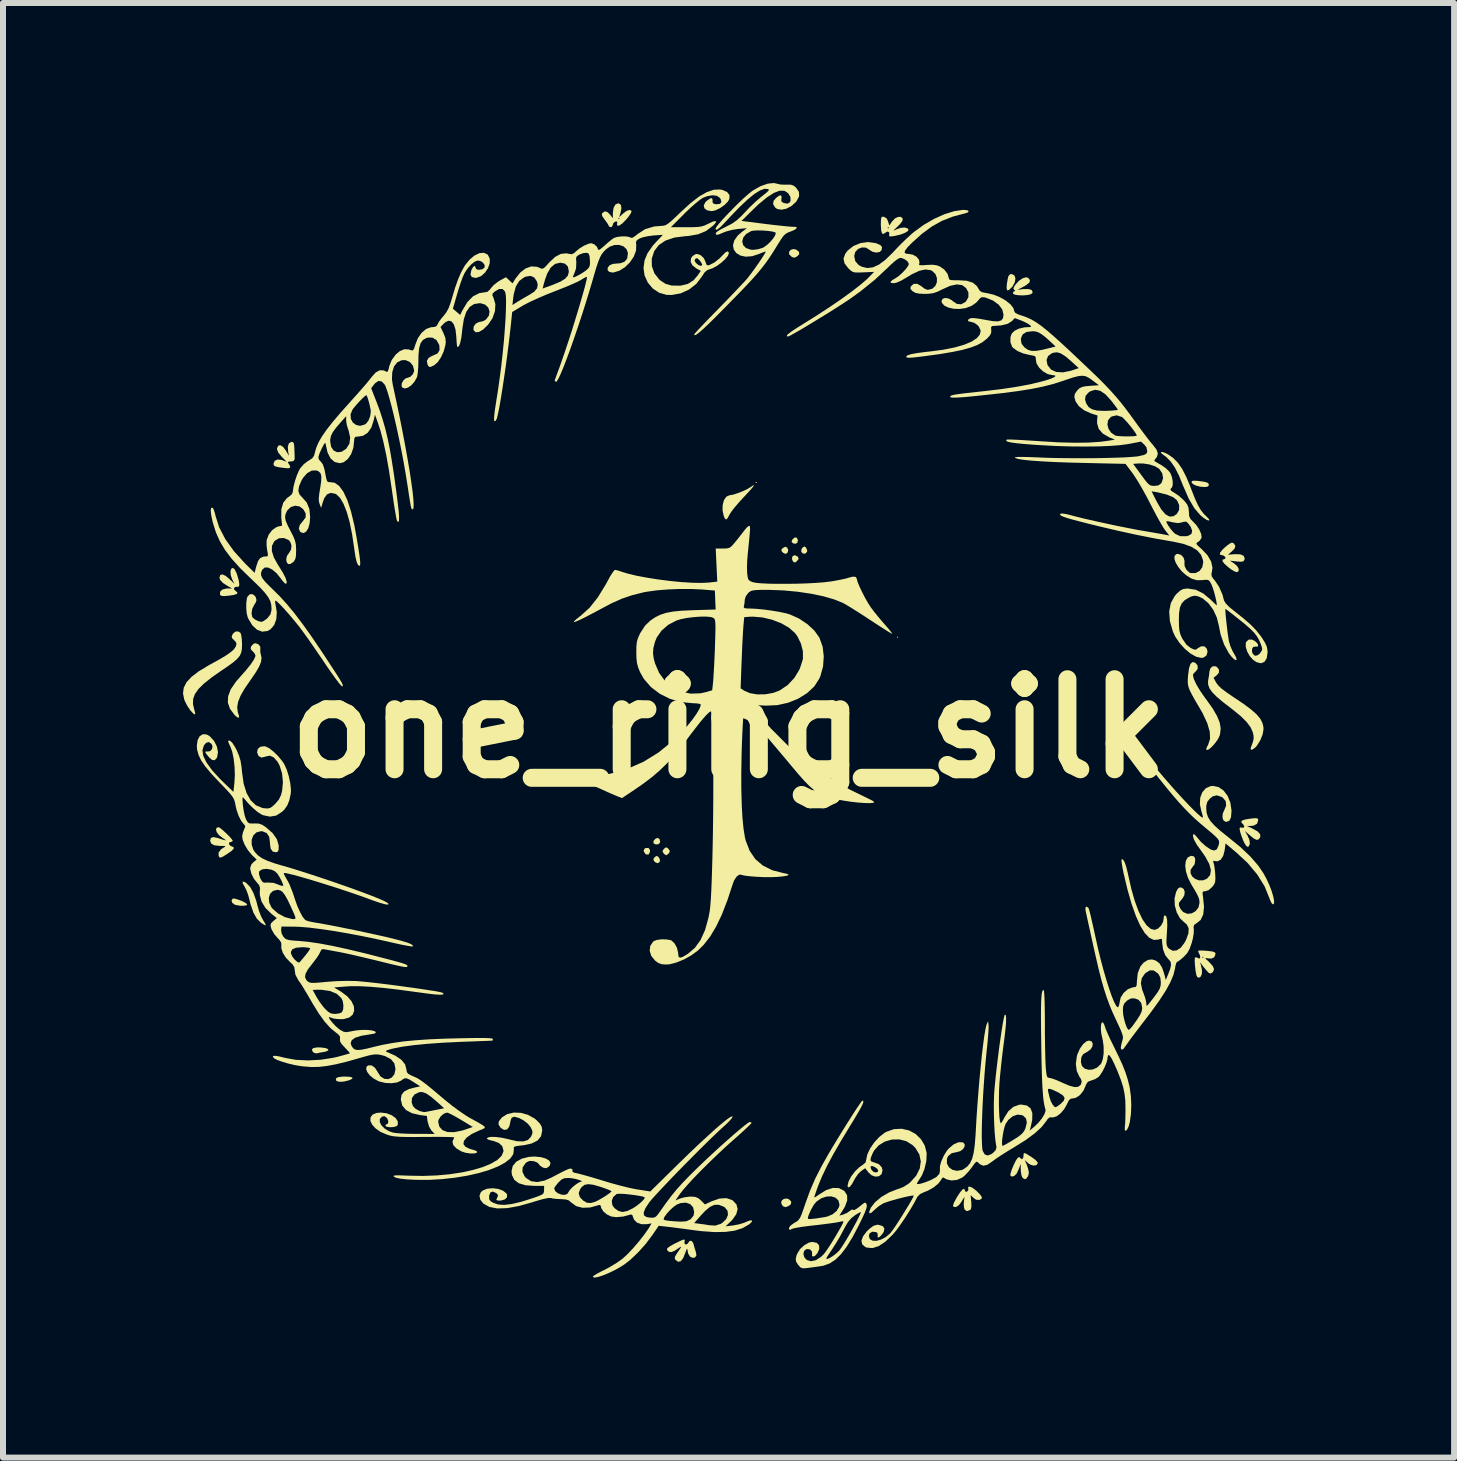
<source format=kicad_pcb>
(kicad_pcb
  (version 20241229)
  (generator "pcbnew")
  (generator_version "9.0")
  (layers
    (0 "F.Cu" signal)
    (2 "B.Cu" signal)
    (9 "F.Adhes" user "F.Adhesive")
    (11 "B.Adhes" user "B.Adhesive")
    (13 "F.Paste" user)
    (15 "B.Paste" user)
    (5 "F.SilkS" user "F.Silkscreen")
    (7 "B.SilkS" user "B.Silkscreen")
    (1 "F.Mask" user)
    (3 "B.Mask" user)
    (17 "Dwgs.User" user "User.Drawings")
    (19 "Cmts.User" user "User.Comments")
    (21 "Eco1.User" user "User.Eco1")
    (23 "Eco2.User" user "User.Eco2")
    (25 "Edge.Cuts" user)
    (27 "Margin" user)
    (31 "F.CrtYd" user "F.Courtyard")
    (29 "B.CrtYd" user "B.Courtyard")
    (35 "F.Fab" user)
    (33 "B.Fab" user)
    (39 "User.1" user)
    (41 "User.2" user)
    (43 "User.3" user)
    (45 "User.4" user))
  (footprint "one_ring_silk"
    (layer "F.Cu")
    (at 9.097 9.092)
    (property "Reference" "one_ring_silk" (at 0 0 0) (layer "F.SilkS") (effects (font (size 1.5 1.5) (thickness 0.3))))
    (attr board_only exclude_from_pos_files exclude_from_bom)
    (fp_poly (pts (xy 0.467 -4.1) (xy 0.456 -4.089) (xy 0.444 -4.1) (xy 0.456 -4.111)) (stroke (width 0) (type solid)) (fill yes) (layer "F.SilkS"))
    (fp_poly (pts (xy 2.822 -1.522) (xy 2.811 -1.511) (xy 2.8 -1.522) (xy 2.811 -1.533)) (stroke (width 0) (type solid)) (fill yes) (layer "F.SilkS"))
    (fp_poly (pts (xy -1.315 2.023) (xy -1.315 2.057) (xy -1.337 2.098) (xy -1.374 2.1) (xy -1.395 2.085) (xy -1.421 2.04) (xy -1.406 2.003) (xy -1.385 1.991) (xy -1.339 1.99)) (stroke (width 0) (type solid)) (fill yes) (layer "F.SilkS"))
    (fp_poly (pts (xy 1.13 -3.182) (xy 1.151 -3.144) (xy 1.151 -3.142) (xy 1.141 -3.096) (xy 1.105 -3.078) (xy 1.065 -3.09) (xy 1.045 -3.116) (xy 1.058 -3.149) (xy 1.095 -3.184)) (stroke (width 0) (type solid)) (fill yes) (layer "F.SilkS"))
    (fp_poly (pts (xy 1.281 -3.02) (xy 1.288 -3.013) (xy 1.306 -2.969) (xy 1.303 -2.945) (xy 1.274 -2.915) (xy 1.234 -2.917) (xy 1.207 -2.946) (xy 1.21 -2.989) (xy 1.227 -3.014) (xy 1.256 -3.035)) (stroke (width 0) (type solid)) (fill yes) (layer "F.SilkS"))
    (fp_poly (pts (xy -1.179 2.135) (xy -1.169 2.145) (xy -1.148 2.186) (xy -1.154 2.225) (xy -1.185 2.244) (xy -1.189 2.244) (xy -1.225 2.229) (xy -1.244 2.212) (xy -1.259 2.178) (xy -1.237 2.145) (xy -1.207 2.123)) (stroke (width 0) (type solid)) (fill yes) (layer "F.SilkS"))
    (fp_poly (pts (xy -1.156 1.84) (xy -1.145 1.883) (xy -1.15 1.906) (xy -1.177 1.929) (xy -1.22 1.931) (xy -1.255 1.912) (xy -1.256 1.91) (xy -1.256 1.876) (xy -1.229 1.841) (xy -1.192 1.822) (xy -1.189 1.822)) (stroke (width 0) (type solid)) (fill yes) (layer "F.SilkS"))
    (fp_poly (pts (xy 1 7.844) (xy 1.039 7.882) (xy 1.036 7.924) (xy 1.001 7.955) (xy 0.949 7.976) (xy 0.912 7.967) (xy 0.893 7.951) (xy 0.871 7.907) (xy 0.882 7.866) (xy 0.918 7.838) (xy 0.969 7.833)) (stroke (width 0) (type solid)) (fill yes) (layer "F.SilkS"))
    (fp_poly (pts (xy 0.971 -3.016) (xy 0.973 -3.014) (xy 0.99 -2.975) (xy 0.98 -2.934) (xy 0.951 -2.912) (xy 0.945 -2.911) (xy 0.908 -2.927) (xy 0.888 -2.945) (xy 0.873 -2.976) (xy 0.894 -3.004) (xy 0.902 -3.01) (xy 0.941 -3.03)) (stroke (width 0) (type solid)) (fill yes) (layer "F.SilkS"))
    (fp_poly (pts (xy 1.123 -7.982) (xy 1.168 -7.946) (xy 1.173 -7.905) (xy 1.136 -7.868) (xy 1.135 -7.867) (xy 1.097 -7.849) (xy 1.072 -7.85) (xy 1.039 -7.868) (xy 1.004 -7.905) (xy 1.004 -7.945) (xy 1.03 -7.977) (xy 1.076 -7.992)) (stroke (width 0) (type solid)) (fill yes) (layer "F.SilkS"))
    (fp_poly (pts (xy 1.137 -2.873) (xy 1.153 -2.859) (xy 1.163 -2.828) (xy 1.137 -2.792) (xy 1.136 -2.792) (xy 1.103 -2.767) (xy 1.079 -2.775) (xy 1.067 -2.788) (xy 1.05 -2.832) (xy 1.062 -2.872) (xy 1.097 -2.889) (xy 1.097 -2.889)) (stroke (width 0) (type solid)) (fill yes) (layer "F.SilkS"))
    (fp_poly (pts (xy -6.317 5.804) (xy -6.275 5.816) (xy -6.275 5.834) (xy -6.318 5.858) (xy -6.337 5.864) (xy -6.413 5.883) (xy -6.483 5.888) (xy -6.532 5.877) (xy -6.544 5.867) (xy -6.55 5.833) (xy -6.515 5.811) (xy -6.439 5.801) (xy -6.399 5.8)) (stroke (width 0) (type solid)) (fill yes) (layer "F.SilkS"))
    (fp_poly (pts (xy -1.024 1.989) (xy -1.007 2.005) (xy -0.983 2.04) (xy -0.994 2.071) (xy -0.999 2.077) (xy -1.03 2.105) (xy -1.044 2.111) (xy -1.071 2.096) (xy -1.09 2.077) (xy -1.106 2.044) (xy -1.087 2.011) (xy -1.081 2.005) (xy -1.05 1.98)) (stroke (width 0) (type solid)) (fill yes) (layer "F.SilkS"))
    (fp_poly (pts (xy -8.236 2.834) (xy -8.18 2.85) (xy -8.116 2.874) (xy -8.061 2.902) (xy -8.029 2.926) (xy -8.027 2.93) (xy -8.04 2.946) (xy -8.083 2.953) (xy -8.142 2.953) (xy -8.204 2.943) (xy -8.239 2.933) (xy -8.278 2.902) (xy -8.288 2.863) (xy -8.268 2.834)) (stroke (width 0) (type solid)) (fill yes) (layer "F.SilkS"))
    (fp_poly (pts (xy -6.799 5.315) (xy -6.723 5.325) (xy -6.68 5.342) (xy -6.675 5.362) (xy -6.71 5.381) (xy -6.749 5.39) (xy -6.814 5.401) (xy -6.864 5.412) (xy -6.869 5.414) (xy -6.911 5.406) (xy -6.934 5.388) (xy -6.95 5.35) (xy -6.925 5.325) (xy -6.86 5.314)) (stroke (width 0) (type solid)) (fill yes) (layer "F.SilkS"))
    (fp_poly (pts (xy 4.761 -7.55) (xy 4.776 -7.501) (xy 4.766 -7.437) (xy 4.73 -7.37) (xy 4.716 -7.354) (xy 4.668 -7.309) (xy 4.64 -7.303) (xy 4.636 -7.307) (xy 4.629 -7.346) (xy 4.634 -7.413) (xy 4.648 -7.495) (xy 4.659 -7.54) (xy 4.687 -7.572) (xy 4.719 -7.574)) (stroke (width 0) (type solid)) (fill yes) (layer "F.SilkS"))
    (fp_poly (pts (xy 7.808 -4.128) (xy 7.836 -4.125) (xy 7.921 -4.113) (xy 7.971 -4.1) (xy 7.994 -4.083) (xy 8 -4.056) (xy 8 -4.054) (xy 7.981 -4.032) (xy 7.93 -4.025) (xy 7.857 -4.031) (xy 7.783 -4.05) (xy 7.735 -4.074) (xy 7.711 -4.103) (xy 7.711 -4.106) (xy 7.719 -4.125) (xy 7.748 -4.131)) (stroke (width 0) (type solid)) (fill yes) (layer "F.SilkS"))
    (fp_poly (pts (xy -8.038 2.578) (xy -7.975 2.645) (xy -7.922 2.742) (xy -7.876 2.873) (xy -7.856 2.951) (xy -7.829 3.044) (xy -7.795 3.131) (xy -7.763 3.192) (xy -7.732 3.242) (xy -7.717 3.275) (xy -7.717 3.28) (xy -7.738 3.273) (xy -7.781 3.248) (xy -7.796 3.238) (xy -7.866 3.169) (xy -7.924 3.067) (xy -7.972 2.926) (xy -7.989 2.856) (xy -8.013 2.767) (xy -8.043 2.688) (xy -8.069 2.638) (xy -8.101 2.583) (xy -8.104 2.553) (xy -8.078 2.553)) (stroke (width 0) (type solid)) (fill yes) (layer "F.SilkS"))
    (fp_poly (pts (xy 0.401 -4.026) (xy 0.352 -3.969) (xy 0.272 -3.881) (xy 0.237 -3.845) (xy 0.161 -3.761) (xy 0.092 -3.68) (xy 0.04 -3.612) (xy 0.014 -3.571) (xy -0.02 -3.507) (xy -0.045 -3.483) (xy -0.066 -3.499) (xy -0.085 -3.542) (xy -0.105 -3.635) (xy -0.103 -3.726) (xy -0.082 -3.806) (xy -0.043 -3.863) (xy 0.01 -3.888) (xy 0.019 -3.889) (xy 0.072 -3.898) (xy 0.149 -3.923) (xy 0.234 -3.956) (xy 0.311 -3.993) (xy 0.361 -4.023) (xy 0.405 -4.053) (xy 0.419 -4.054)) (stroke (width 0) (type solid)) (fill yes) (layer "F.SilkS"))
    (fp_poly (pts (xy 4.99 -7.51) (xy 5.019 -7.471) (xy 5.008 -7.433) (xy 4.957 -7.391) (xy 4.917 -7.368) (xy 4.811 -7.313) (xy 4.911 -7.324) (xy 4.996 -7.325) (xy 5.048 -7.308) (xy 5.063 -7.273) (xy 5.059 -7.258) (xy 5.032 -7.238) (xy 4.977 -7.225) (xy 4.907 -7.219) (xy 4.835 -7.221) (xy 4.774 -7.229) (xy 4.738 -7.245) (xy 4.733 -7.256) (xy 4.748 -7.285) (xy 4.761 -7.289) (xy 4.775 -7.295) (xy 4.758 -7.309) (xy 4.742 -7.329) (xy 4.752 -7.36) (xy 4.776 -7.398) (xy 4.834 -7.462) (xy 4.897 -7.504) (xy 4.954 -7.521)) (stroke (width 0) (type solid)) (fill yes) (layer "F.SilkS"))
    (fp_poly (pts (xy 7.272 -4.594) (xy 7.319 -4.57) (xy 7.407 -4.508) (xy 7.483 -4.431) (xy 7.553 -4.331) (xy 7.62 -4.201) (xy 7.689 -4.037) (xy 7.711 -3.977) (xy 7.768 -3.833) (xy 7.818 -3.723) (xy 7.867 -3.639) (xy 7.92 -3.573) (xy 7.952 -3.542) (xy 7.997 -3.496) (xy 8.009 -3.473) (xy 7.994 -3.467) (xy 7.957 -3.481) (xy 7.903 -3.518) (xy 7.858 -3.556) (xy 7.758 -3.672) (xy 7.664 -3.832) (xy 7.576 -4.034) (xy 7.571 -4.045) (xy 7.502 -4.216) (xy 7.434 -4.349) (xy 7.364 -4.45) (xy 7.289 -4.526) (xy 7.244 -4.559) (xy 7.205 -4.591) (xy 7.2 -4.608) (xy 7.225 -4.609)) (stroke (width 0) (type solid)) (fill yes) (layer "F.SilkS"))
    (fp_poly (pts (xy -8.239 -2.657) (xy -8.209 -2.601) (xy -8.196 -2.567) (xy -8.167 -2.466) (xy -8.158 -2.398) (xy -8.168 -2.364) (xy -8.187 -2.363) (xy -8.228 -2.359) (xy -8.242 -2.348) (xy -8.248 -2.319) (xy -8.218 -2.292) (xy -8.189 -2.265) (xy -8.199 -2.244) (xy -8.249 -2.227) (xy -8.339 -2.214) (xy -8.415 -2.208) (xy -8.458 -2.212) (xy -8.478 -2.228) (xy -8.481 -2.233) (xy -8.479 -2.28) (xy -8.442 -2.316) (xy -8.376 -2.333) (xy -8.358 -2.334) (xy -8.278 -2.335) (xy -8.344 -2.37) (xy -8.433 -2.427) (xy -8.48 -2.48) (xy -8.489 -2.515) (xy -8.476 -2.56) (xy -8.44 -2.569) (xy -8.386 -2.544) (xy -8.329 -2.497) (xy -8.239 -2.411) (xy -8.277 -2.485) (xy -8.301 -2.553) (xy -8.306 -2.616) (xy -8.294 -2.662) (xy -8.267 -2.678)) (stroke (width 0) (type solid)) (fill yes) (layer "F.SilkS"))
    (fp_poly (pts (xy 8.404 -3.094) (xy 8.412 -3.088) (xy 8.441 -3.048) (xy 8.431 -3.003) (xy 8.381 -2.95) (xy 8.317 -2.897) (xy 8.432 -2.906) (xy 8.521 -2.904) (xy 8.577 -2.881) (xy 8.597 -2.84) (xy 8.591 -2.808) (xy 8.574 -2.787) (xy 8.539 -2.78) (xy 8.472 -2.784) (xy 8.464 -2.785) (xy 8.351 -2.798) (xy 8.426 -2.748) (xy 8.474 -2.704) (xy 8.498 -2.658) (xy 8.494 -2.622) (xy 8.467 -2.606) (xy 8.432 -2.617) (xy 8.378 -2.648) (xy 8.329 -2.684) (xy 8.261 -2.744) (xy 8.228 -2.788) (xy 8.229 -2.815) (xy 8.255 -2.822) (xy 8.277 -2.837) (xy 8.275 -2.856) (xy 8.244 -2.884) (xy 8.22 -2.889) (xy 8.184 -2.9) (xy 8.187 -2.931) (xy 8.227 -2.982) (xy 8.279 -3.03) (xy 8.339 -3.077) (xy 8.377 -3.097)) (stroke (width 0) (type solid)) (fill yes) (layer "F.SilkS"))
    (fp_poly (pts (xy -7.842 -1.406) (xy -7.81 -1.366) (xy -7.808 -1.322) (xy -7.81 -1.277) (xy -7.799 -1.231) (xy -7.788 -1.175) (xy -7.797 -1.111) (xy -7.828 -1.033) (xy -7.885 -0.935) (xy -7.969 -0.812) (xy -7.976 -0.802) (xy -8.073 -0.661) (xy -8.14 -0.543) (xy -8.179 -0.444) (xy -8.194 -0.356) (xy -8.184 -0.273) (xy -8.166 -0.217) (xy -8.162 -0.184) (xy -8.182 -0.182) (xy -8.221 -0.209) (xy -8.239 -0.228) (xy -8.314 -0.329) (xy -8.35 -0.432) (xy -8.345 -0.539) (xy -8.301 -0.655) (xy -8.215 -0.781) (xy -8.139 -0.868) (xy -8.043 -0.977) (xy -7.966 -1.073) (xy -7.914 -1.151) (xy -7.89 -1.206) (xy -7.889 -1.216) (xy -7.905 -1.253) (xy -7.936 -1.287) (xy -7.968 -1.321) (xy -7.966 -1.356) (xy -7.958 -1.374) (xy -7.923 -1.411) (xy -7.891 -1.422)) (stroke (width 0) (type solid)) (fill yes) (layer "F.SilkS"))
    (fp_poly (pts (xy 8.805 1.496) (xy 8.82 1.509) (xy 8.822 1.527) (xy 8.804 1.585) (xy 8.75 1.617) (xy 8.701 1.623) (xy 8.633 1.623) (xy 8.722 1.664) (xy 8.81 1.713) (xy 8.855 1.761) (xy 8.857 1.808) (xy 8.853 1.817) (xy 8.825 1.85) (xy 8.793 1.855) (xy 8.747 1.831) (xy 8.693 1.787) (xy 8.599 1.707) (xy 8.646 1.786) (xy 8.676 1.858) (xy 8.683 1.921) (xy 8.665 1.963) (xy 8.65 1.972) (xy 8.625 1.959) (xy 8.594 1.912) (xy 8.576 1.874) (xy 8.546 1.798) (xy 8.523 1.728) (xy 8.517 1.702) (xy 8.512 1.658) (xy 8.525 1.647) (xy 8.54 1.651) (xy 8.579 1.653) (xy 8.591 1.63) (xy 8.572 1.596) (xy 8.563 1.589) (xy 8.538 1.558) (xy 8.552 1.534) (xy 8.609 1.515) (xy 8.694 1.501) (xy 8.766 1.494)) (stroke (width 0) (type solid)) (fill yes) (layer "F.SilkS"))
    (fp_poly (pts (xy 4.943 7.08) (xy 4.989 7.107) (xy 5.05 7.145) (xy 5.109 7.188) (xy 5.144 7.227) (xy 5.149 7.244) (xy 5.126 7.276) (xy 5.079 7.284) (xy 5.024 7.268) (xy 4.986 7.242) (xy 4.932 7.191) (xy 4.966 7.272) (xy 4.988 7.339) (xy 5 7.398) (xy 5 7.406) (xy 4.988 7.458) (xy 4.959 7.499) (xy 4.933 7.511) (xy 4.908 7.497) (xy 4.893 7.484) (xy 4.877 7.447) (xy 4.867 7.385) (xy 4.865 7.357) (xy 4.864 7.256) (xy 4.831 7.343) (xy 4.795 7.42) (xy 4.754 7.458) (xy 4.717 7.466) (xy 4.694 7.456) (xy 4.693 7.421) (xy 4.713 7.356) (xy 4.743 7.283) (xy 4.785 7.196) (xy 4.818 7.15) (xy 4.843 7.143) (xy 4.855 7.155) (xy 4.882 7.178) (xy 4.904 7.161) (xy 4.911 7.12) (xy 4.912 7.089) (xy 4.92 7.075)) (stroke (width 0) (type solid)) (fill yes) (layer "F.SilkS"))
    (fp_poly (pts (xy 4.057 7.652) (xy 4.115 7.695) (xy 4.129 7.707) (xy 4.19 7.769) (xy 4.217 7.811) (xy 4.211 7.838) (xy 4.176 7.856) (xy 4.121 7.853) (xy 4.079 7.823) (xy 4.029 7.776) (xy 4.04 7.89) (xy 4.043 7.968) (xy 4.032 8.012) (xy 4.02 8.024) (xy 3.968 8.043) (xy 3.933 8.021) (xy 3.92 7.988) (xy 3.914 7.925) (xy 3.92 7.86) (xy 3.927 7.819) (xy 3.924 7.81) (xy 3.906 7.837) (xy 3.883 7.878) (xy 3.836 7.941) (xy 3.789 7.973) (xy 3.783 7.974) (xy 3.747 7.972) (xy 3.736 7.949) (xy 3.752 7.901) (xy 3.794 7.823) (xy 3.806 7.802) (xy 3.857 7.725) (xy 3.897 7.68) (xy 3.924 7.67) (xy 3.933 7.697) (xy 3.933 7.697) (xy 3.947 7.721) (xy 3.968 7.719) (xy 3.992 7.692) (xy 3.991 7.674) (xy 3.988 7.64) (xy 4.013 7.634)) (stroke (width 0) (type solid)) (fill yes) (layer "F.SilkS"))
    (fp_poly (pts (xy -7.262 -4.772) (xy -7.248 -4.746) (xy -7.242 -4.691) (xy -7.241 -4.656) (xy -7.238 -4.58) (xy -7.236 -4.518) (xy -7.235 -4.494) (xy -7.252 -4.461) (xy -7.278 -4.453) (xy -7.333 -4.449) (xy -7.352 -4.439) (xy -7.341 -4.421) (xy -7.338 -4.418) (xy -7.314 -4.378) (xy -7.311 -4.362) (xy -7.315 -4.347) (xy -7.331 -4.339) (xy -7.368 -4.339) (xy -7.436 -4.346) (xy -7.489 -4.353) (xy -7.553 -4.366) (xy -7.583 -4.386) (xy -7.589 -4.409) (xy -7.571 -4.46) (xy -7.524 -4.484) (xy -7.456 -4.477) (xy -7.441 -4.472) (xy -7.369 -4.445) (xy -7.453 -4.531) (xy -7.509 -4.599) (xy -7.53 -4.652) (xy -7.53 -4.67) (xy -7.51 -4.714) (xy -7.475 -4.722) (xy -7.431 -4.696) (xy -7.385 -4.636) (xy -7.383 -4.633) (xy -7.331 -4.544) (xy -7.345 -4.616) (xy -7.35 -4.698) (xy -7.332 -4.754) (xy -7.293 -4.777) (xy -7.287 -4.778)) (stroke (width 0) (type solid)) (fill yes) (layer "F.SilkS"))
    (fp_poly (pts (xy 7.771 -1.098) (xy 7.773 -1.097) (xy 7.811 -1.053) (xy 7.815 -1) (xy 7.785 -0.955) (xy 7.779 -0.951) (xy 7.744 -0.916) (xy 7.734 -0.889) (xy 7.749 -0.826) (xy 7.79 -0.738) (xy 7.854 -0.63) (xy 7.937 -0.51) (xy 7.956 -0.485) (xy 8.063 -0.335) (xy 8.137 -0.207) (xy 8.181 -0.098) (xy 8.197 -0.001) (xy 8.187 0.09) (xy 8.18 0.116) (xy 8.154 0.172) (xy 8.114 0.23) (xy 8.068 0.285) (xy 8.023 0.329) (xy 7.985 0.355) (xy 7.961 0.356) (xy 7.956 0.339) (xy 7.967 0.309) (xy 7.989 0.267) (xy 8.02 0.171) (xy 8.015 0.052) (xy 7.973 -0.09) (xy 7.896 -0.255) (xy 7.845 -0.344) (xy 7.771 -0.469) (xy 7.718 -0.565) (xy 7.681 -0.638) (xy 7.659 -0.698) (xy 7.649 -0.752) (xy 7.648 -0.809) (xy 7.652 -0.877) (xy 7.653 -0.887) (xy 7.669 -1.003) (xy 7.693 -1.076) (xy 7.727 -1.108)) (stroke (width 0) (type solid)) (fill yes) (layer "F.SilkS"))
    (fp_poly (pts (xy -0.735 8.533) (xy -0.74 8.556) (xy -0.736 8.591) (xy -0.711 8.6) (xy -0.683 8.582) (xy -0.675 8.567) (xy -0.648 8.536) (xy -0.617 8.542) (xy -0.591 8.581) (xy -0.588 8.594) (xy -0.569 8.665) (xy -0.552 8.715) (xy -0.54 8.779) (xy -0.562 8.814) (xy -0.601 8.822) (xy -0.646 8.802) (xy -0.679 8.749) (xy -0.69 8.685) (xy -0.696 8.667) (xy -0.709 8.692) (xy -0.722 8.728) (xy -0.76 8.824) (xy -0.801 8.877) (xy -0.845 8.887) (xy -0.89 8.855) (xy -0.902 8.829) (xy -0.895 8.795) (xy -0.863 8.743) (xy -0.845 8.717) (xy -0.807 8.661) (xy -0.794 8.636) (xy -0.805 8.638) (xy -0.825 8.651) (xy -0.903 8.703) (xy -0.957 8.725) (xy -0.996 8.721) (xy -1.01 8.712) (xy -1.031 8.688) (xy -1.027 8.664) (xy -0.994 8.636) (xy -0.927 8.597) (xy -0.888 8.577) (xy -0.808 8.538) (xy -0.761 8.518) (xy -0.739 8.517)) (stroke (width 0) (type solid)) (fill yes) (layer "F.SilkS"))
    (fp_poly (pts (xy -8.476 1.659) (xy -8.43 1.697) (xy -8.376 1.747) (xy -8.323 1.8) (xy -8.283 1.845) (xy -8.267 1.872) (xy -8.267 1.873) (xy -8.285 1.887) (xy -8.3 1.889) (xy -8.329 1.902) (xy -8.329 1.93) (xy -8.304 1.956) (xy -8.289 1.962) (xy -8.253 1.978) (xy -8.252 2.003) (xy -8.287 2.039) (xy -8.353 2.085) (xy -8.422 2.129) (xy -8.463 2.149) (xy -8.486 2.149) (xy -8.499 2.131) (xy -8.504 2.119) (xy -8.503 2.065) (xy -8.464 2.013) (xy -8.42 1.984) (xy -8.393 1.968) (xy -8.395 1.959) (xy -8.433 1.956) (xy -8.479 1.956) (xy -8.57 1.947) (xy -8.623 1.921) (xy -8.644 1.874) (xy -8.644 1.862) (xy -8.631 1.822) (xy -8.59 1.809) (xy -8.518 1.824) (xy -8.491 1.833) (xy -8.418 1.857) (xy -8.385 1.864) (xy -8.39 1.855) (xy -8.431 1.827) (xy -8.437 1.823) (xy -8.497 1.777) (xy -8.535 1.727) (xy -8.548 1.683) (xy -8.535 1.653) (xy -8.503 1.644)) (stroke (width 0) (type solid)) (fill yes) (layer "F.SilkS"))
    (fp_poly (pts (xy -8.139 -1.594) (xy -8.127 -1.559) (xy -8.118 -1.494) (xy -8.113 -1.415) (xy -8.115 -1.335) (xy -8.125 -1.271) (xy -8.15 -1.214) (xy -8.195 -1.16) (xy -8.263 -1.101) (xy -8.361 -1.03) (xy -8.452 -0.969) (xy -8.618 -0.853) (xy -8.745 -0.752) (xy -8.838 -0.661) (xy -8.898 -0.576) (xy -8.928 -0.493) (xy -8.931 -0.408) (xy -8.91 -0.318) (xy -8.909 -0.313) (xy -8.893 -0.255) (xy -8.899 -0.234) (xy -8.928 -0.252) (xy -8.975 -0.303) (xy -9.026 -0.379) (xy -9.069 -0.464) (xy -9.077 -0.486) (xy -9.097 -0.586) (xy -9.085 -0.68) (xy -9.039 -0.771) (xy -8.956 -0.861) (xy -8.835 -0.954) (xy -8.672 -1.052) (xy -8.631 -1.075) (xy -8.489 -1.153) (xy -8.382 -1.217) (xy -8.306 -1.27) (xy -8.254 -1.315) (xy -8.223 -1.358) (xy -8.217 -1.369) (xy -8.205 -1.414) (xy -8.223 -1.45) (xy -8.241 -1.468) (xy -8.278 -1.505) (xy -8.286 -1.533) (xy -8.27 -1.571) (xy -8.266 -1.579) (xy -8.226 -1.615) (xy -8.176 -1.619)) (stroke (width 0) (type solid)) (fill yes) (layer "F.SilkS"))
    (fp_poly (pts (xy -1.832 -8.752) (xy -1.798 -8.725) (xy -1.791 -8.666) (xy -1.809 -8.579) (xy -1.81 -8.578) (xy -1.828 -8.522) (xy -1.763 -8.583) (xy -1.706 -8.626) (xy -1.658 -8.643) (xy -1.628 -8.634) (xy -1.622 -8.614) (xy -1.636 -8.583) (xy -1.672 -8.531) (xy -1.713 -8.481) (xy -1.773 -8.42) (xy -1.822 -8.385) (xy -1.854 -8.378) (xy -1.864 -8.402) (xy -1.861 -8.419) (xy -1.861 -8.45) (xy -1.892 -8.45) (xy -1.926 -8.422) (xy -1.933 -8.397) (xy -1.948 -8.363) (xy -1.967 -8.356) (xy -1.996 -8.366) (xy -2 -8.375) (xy -2.013 -8.402) (xy -2.045 -8.45) (xy -2.067 -8.478) (xy -2.082 -8.5) (xy -1.844 -8.5) (xy -1.833 -8.489) (xy -1.822 -8.5) (xy -1.833 -8.511) (xy -1.844 -8.5) (xy -2.082 -8.5) (xy -2.107 -8.534) (xy -2.118 -8.571) (xy -2.108 -8.592) (xy -2.066 -8.62) (xy -2.02 -8.605) (xy -1.979 -8.564) (xy -1.933 -8.505) (xy -1.933 -8.593) (xy -1.922 -8.677) (xy -1.892 -8.732) (xy -1.847 -8.753)) (stroke (width 0) (type solid)) (fill yes) (layer "F.SilkS"))
    (fp_poly (pts (xy 2.583 -8.529) (xy 2.63 -8.503) (xy 2.654 -8.452) (xy 2.674 -8.383) (xy 2.721 -8.452) (xy 2.769 -8.503) (xy 2.823 -8.528) (xy 2.87 -8.527) (xy 2.898 -8.498) (xy 2.893 -8.462) (xy 2.855 -8.41) (xy 2.817 -8.372) (xy 2.766 -8.323) (xy 2.745 -8.301) (xy 2.754 -8.301) (xy 2.79 -8.318) (xy 2.796 -8.321) (xy 2.866 -8.345) (xy 2.932 -8.35) (xy 2.98 -8.335) (xy 2.995 -8.316) (xy 2.982 -8.29) (xy 2.935 -8.261) (xy 2.862 -8.233) (xy 2.774 -8.212) (xy 2.754 -8.208) (xy 2.696 -8.201) (xy 2.671 -8.206) (xy 2.672 -8.226) (xy 2.673 -8.229) (xy 2.673 -8.268) (xy 2.647 -8.284) (xy 2.616 -8.269) (xy 2.577 -8.242) (xy 2.552 -8.253) (xy 2.538 -8.304) (xy 2.536 -8.344) (xy 2.644 -8.344) (xy 2.656 -8.333) (xy 2.667 -8.344) (xy 2.656 -8.356) (xy 2.644 -8.344) (xy 2.536 -8.344) (xy 2.533 -8.39) (xy 2.534 -8.468) (xy 2.54 -8.511) (xy 2.552 -8.529) (xy 2.576 -8.53)) (stroke (width 0) (type solid)) (fill yes) (layer "F.SilkS"))
    (fp_poly (pts (xy 8.118 -1.036) (xy 8.128 -1.031) (xy 8.168 -0.985) (xy 8.168 -0.933) (xy 8.13 -0.886) (xy 8.078 -0.847) (xy 8.121 -0.766) (xy 8.155 -0.72) (xy 8.211 -0.666) (xy 8.296 -0.602) (xy 8.415 -0.521) (xy 8.421 -0.517) (xy 8.58 -0.41) (xy 8.702 -0.319) (xy 8.793 -0.239) (xy 8.855 -0.166) (xy 8.892 -0.096) (xy 8.909 -0.026) (xy 8.911 0.011) (xy 8.896 0.098) (xy 8.857 0.195) (xy 8.803 0.282) (xy 8.777 0.312) (xy 8.733 0.347) (xy 8.703 0.354) (xy 8.695 0.333) (xy 8.7 0.317) (xy 8.731 0.233) (xy 8.746 0.174) (xy 8.745 0.122) (xy 8.734 0.068) (xy 8.697 -0.018) (xy 8.63 -0.109) (xy 8.529 -0.209) (xy 8.391 -0.321) (xy 8.367 -0.34) (xy 8.23 -0.445) (xy 8.128 -0.532) (xy 8.056 -0.605) (xy 8.011 -0.668) (xy 7.989 -0.727) (xy 7.986 -0.786) (xy 7.991 -0.819) (xy 8.003 -0.889) (xy 8.01 -0.95) (xy 8.01 -0.953) (xy 8.027 -1.008) (xy 8.068 -1.039)) (stroke (width 0) (type solid)) (fill yes) (layer "F.SilkS"))
    (fp_poly (pts (xy 7.906 3.7) (xy 7.972 3.705) (xy 8.051 3.714) (xy 8.094 3.727) (xy 8.11 3.746) (xy 8.111 3.756) (xy 8.093 3.808) (xy 8.045 3.834) (xy 7.985 3.831) (xy 7.95 3.823) (xy 7.941 3.827) (xy 7.96 3.85) (xy 8.006 3.893) (xy 8.065 3.958) (xy 8.086 4.008) (xy 8.072 4.05) (xy 8.053 4.069) (xy 8.026 4.083) (xy 7.998 4.072) (xy 7.959 4.031) (xy 7.913 3.975) (xy 7.877 3.927) (xy 7.873 3.92) (xy 7.858 3.899) (xy 7.858 3.913) (xy 7.869 3.948) (xy 7.884 4.019) (xy 7.885 4.082) (xy 7.867 4.131) (xy 7.837 4.153) (xy 7.807 4.142) (xy 7.791 4.107) (xy 7.777 4.027) (xy 7.768 3.945) (xy 7.764 3.874) (xy 7.766 3.826) (xy 7.77 3.815) (xy 7.797 3.814) (xy 7.813 3.823) (xy 7.843 3.835) (xy 7.857 3.814) (xy 7.856 3.811) (xy 7.889 3.811) (xy 7.9 3.822) (xy 7.911 3.811) (xy 7.9 3.8) (xy 7.889 3.811) (xy 7.856 3.811) (xy 7.85 3.775) (xy 7.84 3.757) (xy 7.823 3.719) (xy 7.823 3.703) (xy 7.849 3.699)) (stroke (width 0) (type solid)) (fill yes) (layer "F.SilkS"))
    (fp_poly (pts (xy -3.466 6.405) (xy -3.348 6.438) (xy -3.241 6.497) (xy -3.2 6.531) (xy -3.146 6.588) (xy -3.119 6.636) (xy -3.111 6.692) (xy -3.111 6.704) (xy -3.13 6.795) (xy -3.188 6.866) (xy -3.285 6.915) (xy -3.421 6.945) (xy -3.451 6.948) (xy -3.527 6.956) (xy -3.568 6.966) (xy -3.584 6.982) (xy -3.584 7.011) (xy -3.583 7.021) (xy -3.593 7.095) (xy -3.644 7.167) (xy -3.731 7.235) (xy -3.85 7.299) (xy -3.996 7.357) (xy -4.166 7.408) (xy -4.355 7.451) (xy -4.56 7.485) (xy -4.775 7.509) (xy -4.997 7.522) (xy -5.222 7.521) (xy -5.371 7.513) (xy -5.472 7.502) (xy -5.545 7.487) (xy -5.582 7.469) (xy -5.588 7.457) (xy -5.575 7.449) (xy -5.535 7.446) (xy -5.464 7.447) (xy -5.356 7.451) (xy -5.333 7.452) (xy -5.099 7.456) (xy -4.87 7.448) (xy -4.651 7.428) (xy -4.447 7.397) (xy -4.262 7.356) (xy -4.099 7.308) (xy -3.963 7.251) (xy -3.857 7.189) (xy -3.787 7.121) (xy -3.757 7.049) (xy -3.756 7.033) (xy -3.776 6.961) (xy -3.834 6.906) (xy -3.923 6.873) (xy -3.933 6.871) (xy -3.993 6.857) (xy -4.029 6.84) (xy -4.033 6.833) (xy -4.013 6.814) (xy -3.96 6.805) (xy -3.881 6.807) (xy -3.788 6.819) (xy -3.689 6.84) (xy -3.663 6.847) (xy -3.528 6.878) (xy -3.425 6.881) (xy -3.35 6.858) (xy -3.3 6.806) (xy -3.291 6.79) (xy -3.273 6.742) (xy -3.276 6.701) (xy -3.302 6.646) (xy -3.35 6.586) (xy -3.42 6.531) (xy -3.498 6.49) (xy -3.569 6.471) (xy -3.589 6.472) (xy -3.622 6.49) (xy -3.639 6.538) (xy -3.641 6.555) (xy -3.66 6.635) (xy -3.697 6.681) (xy -3.746 6.689) (xy -3.8 6.657) (xy -3.808 6.648) (xy -3.839 6.597) (xy -3.834 6.548) (xy -3.791 6.491) (xy -3.778 6.478) (xy -3.692 6.425) (xy -3.584 6.4)) (stroke (width 0) (type solid)) (fill yes) (layer "F.SilkS"))
    (fp_poly (pts (xy 0.816 -9.077) (xy 0.861 -9.067) (xy 0.93 -9.064) (xy 0.96 -9.065) (xy 1.033 -9.064) (xy 1.082 -9.047) (xy 1.121 -9.014) (xy 1.168 -8.944) (xy 1.171 -8.871) (xy 1.13 -8.792) (xy 1.118 -8.776) (xy 1.043 -8.708) (xy 0.959 -8.664) (xy 0.877 -8.647) (xy 0.806 -8.659) (xy 0.77 -8.685) (xy 0.737 -8.741) (xy 0.746 -8.794) (xy 0.785 -8.841) (xy 0.837 -8.881) (xy 0.87 -8.886) (xy 0.88 -8.857) (xy 0.876 -8.833) (xy 0.874 -8.788) (xy 0.905 -8.763) (xy 0.914 -8.759) (xy 0.978 -8.747) (xy 1.017 -8.771) (xy 1.029 -8.8) (xy 1.025 -8.864) (xy 0.987 -8.923) (xy 0.927 -8.962) (xy 0.849 -8.964) (xy 0.752 -8.928) (xy 0.634 -8.852) (xy 0.497 -8.739) (xy 0.416 -8.662) (xy 0.211 -8.46) (xy 0.622 -8.408) (xy 0.755 -8.392) (xy 0.875 -8.379) (xy 0.974 -8.369) (xy 1.045 -8.363) (xy 1.078 -8.362) (xy 1.123 -8.36) (xy 1.132 -8.344) (xy 1.108 -8.319) (xy 1.054 -8.293) (xy 1.035 -8.286) (xy 0.983 -8.266) (xy 0.943 -8.242) (xy 0.906 -8.205) (xy 0.865 -8.146) (xy 0.813 -8.063) (xy 0.747 -7.956) (xy 0.685 -7.86) (xy 0.623 -7.771) (xy 0.556 -7.683) (xy 0.481 -7.592) (xy 0.393 -7.492) (xy 0.288 -7.379) (xy 0.162 -7.248) (xy 0.01 -7.093) (xy -0.087 -6.994) (xy -0.228 -6.852) (xy -0.342 -6.74) (xy -0.43 -6.657) (xy -0.496 -6.6) (xy -0.54 -6.566) (xy -0.567 -6.555) (xy -0.577 -6.564) (xy -0.578 -6.569) (xy -0.563 -6.588) (xy -0.521 -6.635) (xy -0.456 -6.704) (xy -0.372 -6.792) (xy -0.273 -6.894) (xy -0.172 -6.997) (xy -0.057 -7.115) (xy 0.051 -7.227) (xy 0.148 -7.329) (xy 0.229 -7.415) (xy 0.288 -7.479) (xy 0.315 -7.511) (xy 0.367 -7.578) (xy 0.425 -7.657) (xy 0.483 -7.739) (xy 0.537 -7.818) (xy 0.58 -7.885) (xy 0.608 -7.931) (xy 0.614 -7.949) (xy 0.592 -7.945) (xy 0.542 -7.926) (xy 0.509 -7.912) (xy 0.388 -7.872) (xy 0.281 -7.864) (xy 0.192 -7.883) (xy 0.124 -7.925) (xy 0.082 -7.983) (xy 0.069 -8.055) (xy 0.086 -8.117) (xy 0.223 -8.117) (xy 0.239 -8.056) (xy 0.286 -8.008) (xy 0.364 -7.981) (xy 0.406 -7.978) (xy 0.488 -7.988) (xy 0.567 -8.013) (xy 0.578 -8.019) (xy 0.633 -8.057) (xy 0.689 -8.109) (xy 0.737 -8.166) (xy 0.771 -8.218) (xy 0.782 -8.256) (xy 0.776 -8.268) (xy 0.731 -8.282) (xy 0.657 -8.293) (xy 0.568 -8.3) (xy 0.48 -8.302) (xy 0.407 -8.298) (xy 0.373 -8.291) (xy 0.289 -8.243) (xy 0.24 -8.183) (xy 0.223 -8.117) (xy 0.086 -8.117) (xy 0.09 -8.134) (xy 0.149 -8.217) (xy 0.21 -8.27) (xy 0.3 -8.339) (xy 0.153 -8.326) (xy 0.05 -8.31) (xy -0.049 -8.283) (xy -0.097 -8.264) (xy -0.169 -8.234) (xy -0.211 -8.229) (xy -0.219 -8.249) (xy -0.21 -8.268) (xy -0.183 -8.29) (xy -0.127 -8.323) (xy -0.052 -8.361) (xy -0.036 -8.369) (xy 0.056 -8.417) (xy 0.134 -8.472) (xy 0.213 -8.545) (xy 0.272 -8.608) (xy 0.355 -8.695) (xy 0.447 -8.782) (xy 0.531 -8.855) (xy 0.557 -8.875) (xy 0.626 -8.93) (xy 0.661 -8.965) (xy 0.666 -8.985) (xy 0.657 -8.991) (xy 0.597 -8.996) (xy 0.521 -8.969) (xy 0.426 -8.91) (xy 0.312 -8.817) (xy 0.177 -8.69) (xy 0.02 -8.527) (xy -0.051 -8.45) (xy -0.129 -8.368) (xy -0.184 -8.322) (xy -0.214 -8.311) (xy -0.222 -8.33) (xy -0.207 -8.36) (xy -0.165 -8.414) (xy -0.101 -8.487) (xy -0.023 -8.57) (xy 0.064 -8.66) (xy 0.154 -8.75) (xy 0.241 -8.833) (xy 0.32 -8.903) (xy 0.384 -8.955) (xy 0.404 -8.969) (xy 0.53 -9.04) (xy 0.648 -9.081) (xy 0.751 -9.092)) (stroke (width 0) (type solid)) (fill yes) (layer "F.SilkS"))
    (fp_poly (pts (xy 2.24 6.206) (xy 2.241 6.228) (xy 2.225 6.27) (xy 2.192 6.334) (xy 2.139 6.426) (xy 2.065 6.55) (xy 2.019 6.624) (xy 1.866 6.877) (xy 1.738 7.099) (xy 1.635 7.292) (xy 1.554 7.461) (xy 1.493 7.609) (xy 1.488 7.621) (xy 1.458 7.704) (xy 1.436 7.77) (xy 1.423 7.809) (xy 1.422 7.814) (xy 1.438 7.81) (xy 1.477 7.785) (xy 1.5 7.768) (xy 1.622 7.692) (xy 1.734 7.656) (xy 1.834 7.659) (xy 1.919 7.703) (xy 1.929 7.712) (xy 1.971 7.779) (xy 1.973 7.864) (xy 1.936 7.965) (xy 1.91 8.009) (xy 1.842 8.117) (xy 1.904 8.101) (xy 1.969 8.073) (xy 2.014 8.041) (xy 2.053 8.014) (xy 2.071 8.023) (xy 2.091 8.025) (xy 2.136 7.999) (xy 2.178 7.967) (xy 2.233 7.922) (xy 2.265 7.902) (xy 2.283 7.906) (xy 2.296 7.929) (xy 2.3 7.957) (xy 2.291 8) (xy 2.267 8.065) (xy 2.225 8.157) (xy 2.17 8.27) (xy 2.064 8.472) (xy 1.965 8.634) (xy 1.87 8.759) (xy 1.776 8.852) (xy 1.679 8.915) (xy 1.576 8.952) (xy 1.525 8.961) (xy 1.433 8.974) (xy 1.343 8.986) (xy 1.298 8.992) (xy 1.235 8.996) (xy 1.195 8.982) (xy 1.159 8.943) (xy 1.123 8.889) (xy 1.114 8.84) (xy 1.129 8.778) (xy 1.142 8.747) (xy 1.19 8.672) (xy 1.26 8.609) (xy 1.337 8.566) (xy 1.392 8.556) (xy 1.465 8.571) (xy 1.504 8.612) (xy 1.507 8.674) (xy 1.475 8.745) (xy 1.439 8.785) (xy 1.406 8.8) (xy 1.386 8.789) (xy 1.388 8.759) (xy 1.384 8.712) (xy 1.35 8.68) (xy 1.298 8.675) (xy 1.29 8.677) (xy 1.253 8.708) (xy 1.243 8.759) (xy 1.259 8.814) (xy 1.299 8.857) (xy 1.37 8.878) (xy 1.451 8.86) (xy 1.494 8.832) (xy 1.622 8.832) (xy 1.637 8.84) (xy 1.676 8.826) (xy 1.729 8.794) (xy 1.785 8.752) (xy 1.835 8.705) (xy 1.841 8.699) (xy 1.873 8.655) (xy 1.918 8.585) (xy 1.972 8.496) (xy 2.029 8.398) (xy 2.084 8.298) (xy 2.134 8.206) (xy 2.172 8.129) (xy 2.196 8.076) (xy 2.2 8.059) (xy 2.184 8.063) (xy 2.141 8.087) (xy 2.099 8.114) (xy 2.038 8.163) (xy 1.986 8.224) (xy 1.935 8.31) (xy 1.912 8.354) (xy 1.856 8.459) (xy 1.789 8.572) (xy 1.726 8.67) (xy 1.724 8.674) (xy 1.677 8.744) (xy 1.641 8.799) (xy 1.623 8.829) (xy 1.622 8.832) (xy 1.494 8.832) (xy 1.536 8.805) (xy 1.584 8.758) (xy 1.616 8.716) (xy 1.662 8.649) (xy 1.715 8.566) (xy 1.771 8.475) (xy 1.823 8.386) (xy 1.868 8.307) (xy 1.899 8.247) (xy 1.911 8.216) (xy 1.911 8.215) (xy 1.892 8.212) (xy 1.847 8.221) (xy 1.839 8.223) (xy 1.791 8.232) (xy 1.71 8.244) (xy 1.604 8.258) (xy 1.483 8.273) (xy 1.435 8.278) (xy 1.316 8.292) (xy 1.21 8.306) (xy 1.127 8.32) (xy 1.075 8.331) (xy 1.064 8.335) (xy 1.019 8.354) (xy 1.002 8.344) (xy 1.004 8.318) (xy 1.027 8.285) (xy 1.076 8.248) (xy 1.098 8.235) (xy 1.134 8.214) (xy 1.162 8.19) (xy 1.184 8.158) (xy 1.316 8.158) (xy 1.324 8.172) (xy 1.357 8.175) (xy 1.422 8.168) (xy 1.437 8.167) (xy 1.525 8.154) (xy 1.608 8.14) (xy 1.647 8.131) (xy 1.73 8.095) (xy 1.797 8.039) (xy 1.837 7.972) (xy 1.844 7.934) (xy 1.826 7.865) (xy 1.778 7.819) (xy 1.709 7.797) (xy 1.626 7.8) (xy 1.54 7.829) (xy 1.46 7.884) (xy 1.415 7.939) (xy 1.369 8.019) (xy 1.331 8.106) (xy 1.323 8.13) (xy 1.316 8.158) (xy 1.184 8.158) (xy 1.186 8.156) (xy 1.21 8.103) (xy 1.239 8.023) (xy 1.277 7.911) (xy 1.354 7.699) (xy 1.442 7.496) (xy 1.548 7.289) (xy 1.657 7.096) (xy 1.734 6.966) (xy 1.816 6.831) (xy 1.899 6.696) (xy 1.979 6.568) (xy 2.054 6.45) (xy 2.119 6.349) (xy 2.172 6.271) (xy 2.208 6.219) (xy 2.226 6.2) (xy 2.226 6.2)) (stroke (width 0) (type solid)) (fill yes) (layer "F.SilkS"))
    (fp_poly (pts (xy 0.063 6.466) (xy 0.051 6.492) (xy 0.012 6.538) (xy -0.047 6.597) (xy -0.081 6.627) (xy -0.155 6.695) (xy -0.251 6.786) (xy -0.363 6.895) (xy -0.487 7.017) (xy -0.617 7.148) (xy -0.75 7.282) (xy -0.88 7.415) (xy -1.002 7.542) (xy -1.112 7.658) (xy -1.205 7.758) (xy -1.277 7.837) (xy -1.322 7.891) (xy -1.326 7.896) (xy -1.39 7.993) (xy -1.419 8.064) (xy -1.414 8.113) (xy -1.374 8.141) (xy -1.317 8.151) (xy -1.262 8.153) (xy -1.225 8.141) (xy -1.191 8.109) (xy -1.15 8.053) (xy -1.05 7.911) (xy -0.961 7.793) (xy -0.873 7.685) (xy -0.776 7.577) (xy -0.66 7.457) (xy -0.601 7.398) (xy -0.5 7.299) (xy -0.388 7.192) (xy -0.269 7.081) (xy -0.148 6.97) (xy -0.03 6.865) (xy 0.08 6.768) (xy 0.178 6.685) (xy 0.258 6.619) (xy 0.317 6.574) (xy 0.348 6.556) (xy 0.35 6.556) (xy 0.376 6.567) (xy 0.378 6.573) (xy 0.362 6.593) (xy 0.318 6.636) (xy 0.251 6.699) (xy 0.166 6.776) (xy 0.083 6.849) (xy -0.051 6.969) (xy -0.19 7.099) (xy -0.328 7.232) (xy -0.461 7.364) (xy -0.582 7.488) (xy -0.685 7.6) (xy -0.766 7.693) (xy -0.818 7.76) (xy -0.89 7.865) (xy -0.812 7.832) (xy -0.739 7.812) (xy -0.654 7.801) (xy -0.632 7.8) (xy -0.558 7.806) (xy -0.503 7.831) (xy -0.464 7.865) (xy -0.399 7.931) (xy -0.283 7.877) (xy -0.155 7.833) (xy -0.042 7.826) (xy 0.052 7.857) (xy 0.066 7.866) (xy 0.127 7.931) (xy 0.147 8.008) (xy 0.124 8.093) (xy 0.061 8.184) (xy 0.027 8.219) (xy -0.055 8.296) (xy 0.074 8.281) (xy 0.164 8.264) (xy 0.25 8.239) (xy 0.289 8.222) (xy 0.351 8.198) (xy 0.384 8.198) (xy 0.384 8.22) (xy 0.346 8.257) (xy 0.335 8.265) (xy 0.226 8.327) (xy 0.097 8.368) (xy -0.058 8.389) (xy -0.242 8.392) (xy -0.459 8.376) (xy -0.589 8.36) (xy -0.717 8.342) (xy -0.841 8.326) (xy -0.949 8.312) (xy -1.027 8.303) (xy -1.045 8.301) (xy -1.169 8.287) (xy -1.277 8.445) (xy -1.387 8.591) (xy -1.513 8.731) (xy -1.641 8.853) (xy -1.741 8.931) (xy -1.829 8.986) (xy -1.925 9.038) (xy -2.022 9.083) (xy -2.113 9.119) (xy -2.188 9.142) (xy -2.242 9.15) (xy -2.266 9.14) (xy -2.267 9.136) (xy -2.248 9.117) (xy -2.197 9.086) (xy -2.125 9.047) (xy -2.083 9.027) (xy -1.98 8.972) (xy -1.873 8.907) (xy -1.783 8.844) (xy -1.77 8.834) (xy -1.688 8.759) (xy -1.594 8.659) (xy -1.498 8.547) (xy -1.41 8.435) (xy -1.341 8.336) (xy -1.327 8.314) (xy -1.288 8.247) (xy -1.366 8.26) (xy -1.458 8.26) (xy -1.508 8.242) (xy -0.578 8.242) (xy -0.472 8.256) (xy -0.402 8.265) (xy -0.348 8.274) (xy -0.333 8.277) (xy -0.227 8.284) (xy -0.134 8.254) (xy -0.11 8.239) (xy -0.044 8.176) (xy -0.015 8.107) (xy -0.021 8.039) (xy -0.064 7.983) (xy -0.091 7.966) (xy -0.168 7.937) (xy -0.241 7.938) (xy -0.315 7.972) (xy -0.397 8.041) (xy -0.464 8.112) (xy -0.578 8.242) (xy -1.508 8.242) (xy -1.534 8.232) (xy -1.582 8.182) (xy -1.583 8.18) (xy -1.089 8.18) (xy -1.067 8.193) (xy -1.003 8.204) (xy -0.898 8.213) (xy -0.797 8.218) (xy -0.709 8.212) (xy -0.644 8.182) (xy -0.636 8.176) (xy -0.589 8.119) (xy -0.578 8.057) (xy -0.596 7.979) (xy -0.645 7.925) (xy -0.717 7.901) (xy -0.804 7.909) (xy -0.864 7.932) (xy -0.919 7.97) (xy -0.98 8.025) (xy -1.035 8.086) (xy -1.075 8.142) (xy -1.089 8.18) (xy -1.583 8.18) (xy -1.593 8.151) (xy -1.61 8.105) (xy -1.637 8.099) (xy -1.64 8.1) (xy -1.76 8.133) (xy -1.876 8.143) (xy -1.956 8.133) (xy -2.028 8.101) (xy -2.089 8.05) (xy -2.127 7.992) (xy -2.133 7.961) (xy -2.147 7.939) (xy -2.172 7.943) (xy -2.312 7.982) (xy -2.438 7.987) (xy -2.545 7.959) (xy -2.627 7.899) (xy -2.629 7.898) (xy -2.665 7.865) (xy -2.713 7.849) (xy -2.788 7.843) (xy -2.798 7.843) (xy -2.876 7.839) (xy -2.94 7.831) (xy -2.965 7.824) (xy -3.01 7.824) (xy -3.094 7.841) (xy -3.214 7.875) (xy -3.273 7.894) (xy -3.5 7.958) (xy -3.695 7.993) (xy -3.859 7.998) (xy -3.99 7.973) (xy -4.088 7.919) (xy -4.089 7.919) (xy -4.141 7.855) (xy -4.156 7.788) (xy -4.134 7.728) (xy -4.102 7.699) (xy -4.027 7.669) (xy -3.938 7.661) (xy -3.846 7.672) (xy -3.766 7.701) (xy -3.71 7.744) (xy -3.696 7.768) (xy -3.698 7.814) (xy -3.736 7.849) (xy -3.799 7.866) (xy -3.814 7.867) (xy -3.863 7.864) (xy -3.876 7.852) (xy -3.862 7.821) (xy -3.861 7.821) (xy -3.846 7.782) (xy -3.865 7.752) (xy -3.877 7.742) (xy -3.934 7.716) (xy -3.974 7.731) (xy -3.995 7.785) (xy -3.996 7.793) (xy -3.994 7.845) (xy -3.97 7.878) (xy -3.929 7.903) (xy -3.846 7.932) (xy -3.744 7.939) (xy -3.617 7.924) (xy -3.461 7.887) (xy -3.347 7.852) (xy -3.237 7.816) (xy -3.163 7.789) (xy -3.117 7.769) (xy -3.092 7.749) (xy -3.083 7.727) (xy -3.08 7.698) (xy -3.08 7.694) (xy -3.079 7.663) (xy -2.911 7.663) (xy -2.894 7.709) (xy -2.85 7.745) (xy -2.792 7.767) (xy -2.736 7.772) (xy -2.692 7.756) (xy -2.685 7.744) (xy -2.503 7.744) (xy -2.483 7.81) (xy -2.429 7.866) (xy -2.365 7.903) (xy -2.298 7.907) (xy -2.231 7.888) (xy -2.206 7.876) (xy -1.952 7.876) (xy -1.94 7.946) (xy -1.906 7.993) (xy -1.838 8.041) (xy -1.771 8.057) (xy -1.693 8.041) (xy -1.595 7.993) (xy -1.589 7.989) (xy -1.528 7.948) (xy -1.47 7.901) (xy -1.425 7.857) (xy -1.402 7.824) (xy -1.402 7.813) (xy -1.434 7.8) (xy -1.498 7.787) (xy -1.581 7.774) (xy -1.672 7.763) (xy -1.758 7.755) (xy -1.828 7.753) (xy -1.867 7.756) (xy -1.87 7.757) (xy -1.928 7.809) (xy -1.952 7.876) (xy -2.206 7.876) (xy -2.18 7.864) (xy -2.117 7.828) (xy -2.051 7.788) (xy -1.996 7.749) (xy -1.961 7.721) (xy -1.956 7.712) (xy -1.975 7.699) (xy -2.028 7.677) (xy -2.103 7.65) (xy -2.142 7.637) (xy -2.257 7.604) (xy -2.341 7.593) (xy -2.403 7.604) (xy -2.45 7.639) (xy -2.478 7.676) (xy -2.503 7.744) (xy -2.685 7.744) (xy -2.678 7.734) (xy -2.651 7.691) (xy -2.602 7.64) (xy -2.543 7.593) (xy -2.491 7.561) (xy -2.467 7.554) (xy -2.448 7.548) (xy -2.464 7.536) (xy -2.503 7.521) (xy -2.556 7.506) (xy -2.615 7.495) (xy -2.668 7.49) (xy -2.67 7.49) (xy -2.739 7.494) (xy -2.787 7.514) (xy -2.835 7.56) (xy -2.842 7.567) (xy -2.883 7.617) (xy -2.908 7.654) (xy -2.911 7.663) (xy -3.079 7.663) (xy -3.078 7.622) (xy -3.24 7.622) (xy -3.389 7.611) (xy -3.501 7.578) (xy -3.576 7.521) (xy -3.615 7.44) (xy -3.622 7.377) (xy -3.602 7.291) (xy -3.544 7.22) (xy -3.453 7.169) (xy -3.334 7.139) (xy -3.242 7.133) (xy -3.137 7.142) (xy -3.054 7.165) (xy -2.997 7.198) (xy -2.972 7.239) (xy -2.985 7.284) (xy -3.001 7.301) (xy -3.042 7.327) (xy -3.086 7.321) (xy -3.101 7.315) (xy -3.147 7.285) (xy -3.169 7.256) (xy -3.198 7.23) (xy -3.251 7.211) (xy -3.259 7.209) (xy -3.322 7.206) (xy -3.372 7.229) (xy -3.39 7.246) (xy -3.437 7.314) (xy -3.44 7.389) (xy -3.402 7.466) (xy -3.379 7.491) (xy -3.296 7.544) (xy -3.193 7.558) (xy -3.072 7.534) (xy -2.964 7.487) (xy -2.85 7.427) (xy -2.768 7.385) (xy -2.712 7.358) (xy -2.675 7.342) (xy -2.65 7.335) (xy -2.632 7.333) (xy -2.606 7.347) (xy -2.608 7.366) (xy -2.603 7.39) (xy -2.563 7.406) (xy -2.538 7.411) (xy -2.489 7.422) (xy -2.407 7.444) (xy -2.301 7.474) (xy -2.18 7.51) (xy -2.099 7.535) (xy -1.959 7.577) (xy -1.815 7.616) (xy -1.679 7.65) (xy -1.566 7.674) (xy -1.526 7.681) (xy -1.309 7.715) (xy -0.838 7.252) (xy -0.656 7.075) (xy -0.49 6.917) (xy -0.341 6.78) (xy -0.213 6.664) (xy -0.106 6.573) (xy -0.024 6.508) (xy 0.032 6.471) (xy 0.06 6.463)) (stroke (width 0) (type solid)) (fill yes) (layer "F.SilkS"))
    (fp_poly (pts (xy 6.694 0.146) (xy 6.715 0.167) (xy 6.76 0.217) (xy 6.823 0.292) (xy 6.901 0.388) (xy 6.99 0.498) (xy 7.056 0.581) (xy 7.147 0.694) (xy 7.248 0.813) (xy 7.354 0.935) (xy 7.461 1.055) (xy 7.565 1.169) (xy 7.662 1.272) (xy 7.748 1.359) (xy 7.819 1.427) (xy 7.87 1.471) (xy 7.898 1.486) (xy 7.9 1.485) (xy 7.899 1.461) (xy 7.885 1.409) (xy 7.875 1.377) (xy 7.85 1.261) (xy 7.856 1.153) (xy 7.89 1.063) (xy 7.948 0.996) (xy 8.027 0.96) (xy 8.069 0.956) (xy 8.163 0.976) (xy 8.246 1.034) (xy 8.313 1.123) (xy 8.358 1.235) (xy 8.377 1.364) (xy 8.377 1.381) (xy 8.369 1.477) (xy 8.344 1.534) (xy 8.299 1.554) (xy 8.273 1.552) (xy 8.24 1.526) (xy 8.226 1.474) (xy 8.233 1.412) (xy 8.254 1.366) (xy 8.288 1.284) (xy 8.281 1.211) (xy 8.233 1.153) (xy 8.207 1.137) (xy 8.131 1.113) (xy 8.064 1.13) (xy 8.014 1.17) (xy 7.973 1.223) (xy 7.957 1.287) (xy 7.956 1.328) (xy 7.962 1.404) (xy 7.985 1.474) (xy 8.028 1.544) (xy 8.096 1.619) (xy 8.193 1.706) (xy 8.317 1.805) (xy 8.524 1.974) (xy 8.692 2.133) (xy 8.824 2.286) (xy 8.908 2.409) (xy 8.96 2.504) (xy 9.006 2.604) (xy 9.044 2.702) (xy 9.071 2.791) (xy 9.086 2.863) (xy 9.087 2.912) (xy 9.07 2.93) (xy 9.063 2.928) (xy 9.041 2.903) (xy 9.018 2.852) (xy 9.011 2.832) (xy 8.93 2.632) (xy 8.807 2.433) (xy 8.645 2.239) (xy 8.45 2.059) (xy 8.278 1.915) (xy 8.263 2.029) (xy 8.239 2.122) (xy 8.198 2.185) (xy 8.144 2.213) (xy 8.105 2.209) (xy 8.073 2.204) (xy 8.074 2.227) (xy 8.078 2.236) (xy 8.089 2.28) (xy 8.099 2.351) (xy 8.106 2.423) (xy 8.109 2.505) (xy 8.104 2.559) (xy 8.087 2.599) (xy 8.056 2.64) (xy 7.995 2.694) (xy 7.941 2.711) (xy 7.909 2.714) (xy 7.895 2.729) (xy 7.897 2.769) (xy 7.904 2.817) (xy 7.919 2.974) (xy 7.906 3.099) (xy 7.863 3.19) (xy 7.792 3.247) (xy 7.79 3.248) (xy 7.754 3.273) (xy 7.745 3.311) (xy 7.749 3.346) (xy 7.748 3.413) (xy 7.732 3.505) (xy 7.714 3.573) (xy 7.679 3.672) (xy 7.639 3.743) (xy 7.583 3.803) (xy 7.578 3.808) (xy 7.525 3.853) (xy 7.484 3.883) (xy 7.469 3.889) (xy 7.456 3.909) (xy 7.442 3.96) (xy 7.436 3.999) (xy 7.41 4.104) (xy 7.359 4.227) (xy 7.28 4.371) (xy 7.172 4.537) (xy 7.033 4.729) (xy 6.954 4.833) (xy 6.864 4.95) (xy 6.781 5.059) (xy 6.71 5.153) (xy 6.656 5.228) (xy 6.622 5.276) (xy 6.617 5.283) (xy 6.578 5.337) (xy 6.549 5.354) (xy 6.534 5.332) (xy 6.533 5.314) (xy 6.541 5.265) (xy 6.558 5.203) (xy 6.558 5.202) (xy 6.567 5.169) (xy 6.568 5.135) (xy 6.557 5.092) (xy 6.534 5.031) (xy 6.495 4.945) (xy 6.46 4.871) (xy 6.399 4.739) (xy 6.384 4.704) (xy 6.567 4.704) (xy 6.573 4.771) (xy 6.589 4.849) (xy 6.61 4.924) (xy 6.634 4.985) (xy 6.657 5.019) (xy 6.664 5.022) (xy 6.687 5.006) (xy 6.722 4.966) (xy 6.73 4.955) (xy 6.803 4.853) (xy 6.851 4.777) (xy 6.878 4.719) (xy 6.888 4.67) (xy 6.889 4.657) (xy 6.873 4.573) (xy 6.826 4.52) (xy 6.765 4.498) (xy 6.705 4.497) (xy 6.651 4.524) (xy 6.631 4.54) (xy 6.59 4.583) (xy 6.571 4.631) (xy 6.567 4.703) (xy 6.567 4.704) (xy 6.384 4.704) (xy 6.346 4.612) (xy 6.298 4.482) (xy 6.253 4.343) (xy 6.208 4.186) (xy 6.162 4.005) (xy 6.113 3.793) (xy 6.077 3.634) (xy 6.043 3.48) (xy 6.012 3.339) (xy 5.985 3.217) (xy 5.964 3.12) (xy 5.95 3.055) (xy 5.944 3.029) (xy 5.944 2.982) (xy 5.963 2.967) (xy 5.99 2.987) (xy 5.999 3.004) (xy 6.01 3.041) (xy 6.029 3.114) (xy 6.052 3.216) (xy 6.08 3.337) (xy 6.109 3.472) (xy 6.112 3.483) (xy 6.154 3.673) (xy 6.199 3.857) (xy 6.246 4.033) (xy 6.293 4.194) (xy 6.339 4.338) (xy 6.381 4.46) (xy 6.42 4.554) (xy 6.453 4.618) (xy 6.478 4.645) (xy 6.492 4.64) (xy 6.508 4.593) (xy 6.511 4.57) (xy 6.53 4.484) (xy 6.581 4.404) (xy 6.651 4.344) (xy 6.731 4.313) (xy 6.754 4.311) (xy 6.784 4.304) (xy 6.797 4.277) (xy 6.799 4.246) (xy 6.867 4.246) (xy 6.888 4.352) (xy 6.911 4.411) (xy 6.937 4.483) (xy 6.953 4.547) (xy 6.956 4.569) (xy 6.959 4.609) (xy 6.966 4.622) (xy 6.983 4.606) (xy 7.02 4.562) (xy 7.069 4.499) (xy 7.088 4.474) (xy 7.146 4.395) (xy 7.18 4.336) (xy 7.196 4.284) (xy 7.2 4.229) (xy 7.191 4.15) (xy 7.161 4.093) (xy 7.145 4.077) (xy 7.081 4.032) (xy 7.017 4.03) (xy 6.949 4.071) (xy 6.932 4.087) (xy 6.882 4.16) (xy 6.867 4.246) (xy 6.799 4.246) (xy 6.8 4.217) (xy 6.815 4.075) (xy 6.859 3.965) (xy 6.913 3.901) (xy 6.985 3.856) (xy 7.053 3.848) (xy 7.117 3.868) (xy 7.175 3.911) (xy 7.221 3.985) (xy 7.256 4.089) (xy 7.282 4.189) (xy 7.316 4.109) (xy 7.355 4.008) (xy 7.37 3.937) (xy 7.362 3.886) (xy 7.33 3.847) (xy 7.325 3.843) (xy 7.273 3.777) (xy 7.237 3.683) (xy 7.222 3.573) (xy 7.222 3.563) (xy 7.219 3.516) (xy 7.203 3.503) (xy 7.159 3.517) (xy 7.158 3.517) (xy 7.082 3.523) (xy 7.006 3.486) (xy 6.931 3.407) (xy 6.856 3.285) (xy 6.783 3.122) (xy 6.711 2.919) (xy 6.642 2.677) (xy 6.577 2.403) (xy 6.559 2.312) (xy 6.547 2.238) (xy 6.543 2.191) (xy 6.545 2.18) (xy 6.568 2.181) (xy 6.594 2.222) (xy 6.622 2.3) (xy 6.649 2.41) (xy 6.655 2.438) (xy 6.707 2.67) (xy 6.765 2.873) (xy 6.828 3.044) (xy 6.894 3.18) (xy 6.962 3.279) (xy 7.031 3.338) (xy 7.093 3.356) (xy 7.149 3.336) (xy 7.201 3.287) (xy 7.236 3.224) (xy 7.244 3.179) (xy 7.25 3.132) (xy 7.265 3.111) (xy 7.265 3.111) (xy 7.29 3.13) (xy 7.304 3.188) (xy 7.307 3.287) (xy 7.3 3.412) (xy 7.294 3.51) (xy 7.293 3.574) (xy 7.299 3.615) (xy 7.313 3.644) (xy 7.333 3.667) (xy 7.395 3.703) (xy 7.462 3.698) (xy 7.529 3.655) (xy 7.591 3.575) (xy 7.621 3.52) (xy 7.66 3.412) (xy 7.663 3.328) (xy 7.631 3.264) (xy 7.594 3.233) (xy 7.519 3.163) (xy 7.464 3.064) (xy 7.432 2.949) (xy 7.428 2.831) (xy 7.453 2.726) (xy 7.482 2.67) (xy 7.512 2.649) (xy 7.538 2.648) (xy 7.58 2.673) (xy 7.598 2.722) (xy 7.59 2.781) (xy 7.561 2.83) (xy 7.524 2.875) (xy 7.502 2.905) (xy 7.501 2.946) (xy 7.524 3.001) (xy 7.564 3.051) (xy 7.576 3.06) (xy 7.643 3.088) (xy 7.715 3.08) (xy 7.779 3.043) (xy 7.826 2.983) (xy 7.844 2.907) (xy 7.844 2.907) (xy 7.842 2.866) (xy 7.833 2.827) (xy 7.813 2.78) (xy 7.779 2.716) (xy 7.725 2.627) (xy 7.705 2.593) (xy 7.651 2.486) (xy 7.618 2.381) (xy 7.606 2.285) (xy 7.616 2.205) (xy 7.647 2.149) (xy 7.698 2.123) (xy 7.711 2.122) (xy 7.752 2.131) (xy 7.77 2.164) (xy 7.773 2.19) (xy 7.763 2.262) (xy 7.734 2.299) (xy 7.696 2.355) (xy 7.695 2.412) (xy 7.722 2.465) (xy 7.771 2.506) (xy 7.834 2.53) (xy 7.903 2.53) (xy 7.97 2.501) (xy 8.021 2.441) (xy 8.034 2.36) (xy 8.007 2.258) (xy 7.94 2.135) (xy 7.878 2.046) (xy 7.798 1.934) (xy 7.75 1.847) (xy 7.734 1.787) (xy 7.742 1.761) (xy 7.763 1.767) (xy 7.793 1.801) (xy 7.794 1.801) (xy 7.864 1.885) (xy 7.95 1.962) (xy 8.029 2.015) (xy 8.089 2.033) (xy 8.132 2.013) (xy 8.16 1.953) (xy 8.168 1.92) (xy 8.172 1.892) (xy 8.166 1.866) (xy 8.147 1.836) (xy 8.109 1.797) (xy 8.048 1.742) (xy 7.957 1.666) (xy 7.94 1.652) (xy 7.848 1.574) (xy 7.761 1.497) (xy 7.677 1.416) (xy 7.592 1.329) (xy 7.501 1.23) (xy 7.402 1.116) (xy 7.292 0.983) (xy 7.166 0.827) (xy 7.021 0.643) (xy 6.854 0.429) (xy 6.823 0.389) (xy 6.741 0.28) (xy 6.69 0.203) (xy 6.668 0.157) (xy 6.676 0.142)) (stroke (width 0) (type solid)) (fill yes) (layer "F.SilkS"))
    (fp_poly (pts (xy 0.346 -3.376) (xy 0.351 -3.368) (xy 0.353 -3.348) (xy 0.353 -3.31) (xy 0.348 -3.249) (xy 0.34 -3.16) (xy 0.328 -3.037) (xy 0.313 -2.889) (xy 0.305 -2.784) (xy 0.302 -2.679) (xy 0.305 -2.594) (xy 0.306 -2.584) (xy 0.315 -2.515) (xy 0.33 -2.476) (xy 0.362 -2.454) (xy 0.397 -2.44) (xy 0.455 -2.428) (xy 0.548 -2.42) (xy 0.671 -2.414) (xy 0.814 -2.412) (xy 0.972 -2.412) (xy 1.134 -2.414) (xy 1.295 -2.419) (xy 1.446 -2.427) (xy 1.579 -2.437) (xy 1.687 -2.45) (xy 1.705 -2.452) (xy 1.807 -2.47) (xy 1.898 -2.488) (xy 1.965 -2.504) (xy 1.99 -2.512) (xy 2.067 -2.532) (xy 2.116 -2.526) (xy 2.133 -2.494) (xy 2.144 -2.448) (xy 2.173 -2.376) (xy 2.215 -2.286) (xy 2.264 -2.19) (xy 2.316 -2.098) (xy 2.366 -2.02) (xy 2.372 -2.012) (xy 2.424 -1.943) (xy 2.494 -1.857) (xy 2.569 -1.768) (xy 2.595 -1.739) (xy 2.654 -1.671) (xy 2.698 -1.617) (xy 2.721 -1.584) (xy 2.722 -1.578) (xy 2.699 -1.59) (xy 2.645 -1.622) (xy 2.567 -1.672) (xy 2.469 -1.735) (xy 2.359 -1.807) (xy 2.358 -1.808) (xy 2.24 -1.885) (xy 2.126 -1.958) (xy 2.025 -2.021) (xy 1.945 -2.069) (xy 1.9 -2.094) (xy 1.756 -2.152) (xy 1.577 -2.204) (xy 1.371 -2.247) (xy 1.147 -2.28) (xy 0.913 -2.302) (xy 0.678 -2.311) (xy 0.649 -2.311) (xy 0.534 -2.311) (xy 0.454 -2.308) (xy 0.402 -2.302) (xy 0.367 -2.292) (xy 0.34 -2.275) (xy 0.321 -2.257) (xy 0.283 -2.205) (xy 0.266 -2.153) (xy 0.266 -2.151) (xy 0.26 -2.086) (xy 0.253 -2.05) (xy 0.248 -2.022) (xy 0.26 -2.007) (xy 0.299 -2.001) (xy 0.364 -2) (xy 0.463 -1.995) (xy 0.586 -1.983) (xy 0.717 -1.965) (xy 0.844 -1.944) (xy 0.952 -1.921) (xy 1.017 -1.902) (xy 1.17 -1.833) (xy 1.309 -1.74) (xy 1.425 -1.633) (xy 1.507 -1.518) (xy 1.511 -1.51) (xy 1.563 -1.365) (xy 1.582 -1.203) (xy 1.57 -1.035) (xy 1.526 -0.875) (xy 1.508 -0.833) (xy 1.424 -0.702) (xy 1.304 -0.59) (xy 1.156 -0.498) (xy 0.988 -0.43) (xy 0.806 -0.39) (xy 0.618 -0.382) (xy 0.577 -0.384) (xy 0.488 -0.389) (xy 0.435 -0.384) (xy 0.422 -0.375) (xy 0.437 -0.337) (xy 0.479 -0.273) (xy 0.543 -0.188) (xy 0.625 -0.088) (xy 0.704 0.002) (xy 0.989 0.288) (xy 1.308 0.557) (xy 1.652 0.802) (xy 2.012 1.015) (xy 2.35 1.18) (xy 2.398 1.205) (xy 2.422 1.225) (xy 2.422 1.228) (xy 2.402 1.239) (xy 2.346 1.243) (xy 2.262 1.241) (xy 2.159 1.234) (xy 2.045 1.221) (xy 1.928 1.204) (xy 1.816 1.184) (xy 1.717 1.161) (xy 1.711 1.16) (xy 1.626 1.134) (xy 1.552 1.106) (xy 1.483 1.07) (xy 1.414 1.021) (xy 1.341 0.957) (xy 1.259 0.873) (xy 1.162 0.764) (xy 1.045 0.626) (xy 0.978 0.545) (xy 0.798 0.331) (xy 0.644 0.15) (xy 0.514 0.005) (xy 0.409 -0.106) (xy 0.33 -0.182) (xy 0.277 -0.222) (xy 0.25 -0.227) (xy 0.248 -0.226) (xy 0.242 -0.196) (xy 0.236 -0.129) (xy 0.23 -0.028) (xy 0.224 0.099) (xy 0.218 0.247) (xy 0.213 0.409) (xy 0.212 0.441) (xy 0.207 0.746) (xy 0.208 1.024) (xy 0.215 1.274) (xy 0.227 1.491) (xy 0.245 1.672) (xy 0.268 1.814) (xy 0.281 1.867) (xy 0.347 2.038) (xy 0.441 2.176) (xy 0.566 2.283) (xy 0.722 2.361) (xy 0.913 2.41) (xy 0.917 2.41) (xy 0.978 2.424) (xy 0.997 2.438) (xy 0.973 2.451) (xy 0.908 2.463) (xy 0.803 2.473) (xy 0.791 2.474) (xy 0.693 2.477) (xy 0.582 2.476) (xy 0.468 2.471) (xy 0.363 2.463) (xy 0.275 2.453) (xy 0.217 2.441) (xy 0.203 2.435) (xy 0.168 2.437) (xy 0.127 2.471) (xy 0.089 2.528) (xy 0.068 2.582) (xy -0.024 2.861) (xy -0.116 3.099) (xy -0.212 3.3) (xy -0.312 3.467) (xy -0.419 3.604) (xy -0.516 3.7) (xy -0.626 3.78) (xy -0.75 3.849) (xy -0.876 3.9) (xy -0.99 3.929) (xy -1.04 3.933) (xy -1.119 3.928) (xy -1.176 3.907) (xy -1.23 3.867) (xy -1.293 3.789) (xy -1.319 3.705) (xy -1.31 3.623) (xy -1.264 3.554) (xy -1.249 3.541) (xy -1.2 3.523) (xy -1.125 3.513) (xy -1.045 3.514) (xy -0.976 3.525) (xy -0.954 3.534) (xy -0.904 3.582) (xy -0.864 3.656) (xy -0.845 3.739) (xy -0.844 3.754) (xy -0.838 3.801) (xy -0.816 3.819) (xy -0.773 3.808) (xy -0.703 3.767) (xy -0.681 3.753) (xy -0.566 3.655) (xy -0.472 3.525) (xy -0.397 3.36) (xy -0.341 3.159) (xy -0.319 3.044) (xy -0.31 2.967) (xy -0.301 2.856) (xy -0.293 2.714) (xy -0.286 2.546) (xy -0.28 2.356) (xy -0.274 2.148) (xy -0.269 1.927) (xy -0.265 1.697) (xy -0.262 1.461) (xy -0.26 1.224) (xy -0.259 0.99) (xy -0.259 0.764) (xy -0.26 0.549) (xy -0.261 0.349) (xy -0.264 0.169) (xy -0.268 0.013) (xy -0.273 -0.115) (xy -0.28 -0.211) (xy -0.287 -0.27) (xy -0.295 -0.289) (xy -0.329 -0.27) (xy -0.384 -0.216) (xy -0.461 -0.128) (xy -0.556 -0.007) (xy -0.625 0.083) (xy -0.772 0.277) (xy -0.905 0.439) (xy -1.029 0.578) (xy -1.153 0.699) (xy -1.282 0.81) (xy -1.425 0.918) (xy -1.574 1.021) (xy -1.781 1.159) (xy -1.867 1.125) (xy -1.945 1.092) (xy -2.03 1.055) (xy -2.049 1.046) (xy -2.113 1.017) (xy -2.202 0.977) (xy -2.301 0.933) (xy -2.339 0.916) (xy -2.533 0.829) (xy -2.286 0.803) (xy -1.973 0.752) (xy -1.686 0.67) (xy -1.422 0.553) (xy -1.172 0.399) (xy -0.932 0.204) (xy -0.881 0.157) (xy -0.783 0.058) (xy -0.69 -0.047) (xy -0.606 -0.151) (xy -0.538 -0.247) (xy -0.49 -0.329) (xy -0.468 -0.388) (xy -0.467 -0.399) (xy -0.487 -0.412) (xy -0.543 -0.42) (xy -0.599 -0.422) (xy -0.795 -0.441) (xy -0.982 -0.495) (xy -1.152 -0.58) (xy -1.299 -0.692) (xy -1.416 -0.827) (xy -1.479 -0.938) (xy -1.512 -1.019) (xy -1.531 -1.092) (xy -1.54 -1.174) (xy -1.542 -1.255) (xy -1.264 -1.255) (xy -1.252 -1.166) (xy -1.231 -1.088) (xy -1.162 -0.927) (xy -1.063 -0.792) (xy -0.939 -0.688) (xy -0.795 -0.617) (xy -0.638 -0.582) (xy -0.472 -0.587) (xy -0.378 -0.608) (xy -0.278 -0.638) (xy -0.274 -0.67) (xy 0.196 -0.67) (xy 0.256 -0.631) (xy 0.354 -0.589) (xy 0.476 -0.569) (xy 0.61 -0.571) (xy 0.742 -0.595) (xy 0.846 -0.634) (xy 0.981 -0.725) (xy 1.095 -0.848) (xy 1.181 -0.992) (xy 1.231 -1.147) (xy 1.235 -1.17) (xy 1.234 -1.289) (xy 1.201 -1.417) (xy 1.142 -1.538) (xy 1.1 -1.594) (xy 1.002 -1.681) (xy 0.871 -1.756) (xy 0.72 -1.814) (xy 0.559 -1.852) (xy 0.401 -1.865) (xy 0.341 -1.863) (xy 0.256 -1.856) (xy 0.242 -1.7) (xy 0.237 -1.628) (xy 0.231 -1.521) (xy 0.224 -1.391) (xy 0.218 -1.247) (xy 0.212 -1.107) (xy 0.196 -0.67) (xy -0.274 -0.67) (xy -0.263 -0.769) (xy -0.258 -0.832) (xy -0.252 -0.93) (xy -0.245 -1.054) (xy -0.238 -1.195) (xy -0.232 -1.342) (xy -0.232 -1.356) (xy -0.227 -1.51) (xy -0.224 -1.627) (xy -0.223 -1.711) (xy -0.226 -1.768) (xy -0.231 -1.805) (xy -0.24 -1.828) (xy -0.252 -1.842) (xy -0.253 -1.842) (xy -0.298 -1.858) (xy -0.375 -1.866) (xy -0.475 -1.865) (xy -0.586 -1.857) (xy -0.698 -1.843) (xy -0.8 -1.823) (xy -0.872 -1.801) (xy -1.008 -1.73) (xy -1.121 -1.633) (xy -1.202 -1.517) (xy -1.232 -1.443) (xy -1.258 -1.34) (xy -1.264 -1.255) (xy -1.542 -1.255) (xy -1.542 -1.268) (xy -1.541 -1.369) (xy -1.533 -1.443) (xy -1.515 -1.507) (xy -1.483 -1.578) (xy -1.477 -1.59) (xy -1.396 -1.716) (xy -1.305 -1.802) (xy -1.223 -1.857) (xy -1.138 -1.898) (xy -1.042 -1.929) (xy -0.928 -1.95) (xy -0.786 -1.964) (xy -0.608 -1.972) (xy -0.582 -1.973) (xy -0.22 -1.984) (xy -0.227 -2.142) (xy -0.233 -2.3) (xy -0.456 -2.318) (xy -0.631 -2.326) (xy -0.823 -2.326) (xy -1.017 -2.318) (xy -1.202 -2.303) (xy -1.362 -2.281) (xy -1.427 -2.269) (xy -1.616 -2.221) (xy -1.783 -2.164) (xy -1.948 -2.091) (xy -2.062 -2.031) (xy -2.239 -1.936) (xy -2.379 -1.863) (xy -2.482 -1.812) (xy -2.55 -1.783) (xy -2.582 -1.774) (xy -2.58 -1.787) (xy -2.544 -1.821) (xy -2.475 -1.875) (xy -2.466 -1.882) (xy -2.32 -2.014) (xy -2.183 -2.187) (xy -2.051 -2.402) (xy -2.021 -2.457) (xy -1.977 -2.538) (xy -1.936 -2.602) (xy -1.907 -2.639) (xy -1.897 -2.644) (xy -1.858 -2.637) (xy -1.807 -2.62) (xy -1.692 -2.584) (xy -1.543 -2.548) (xy -1.369 -2.515) (xy -1.179 -2.485) (xy -0.983 -2.46) (xy -0.792 -2.441) (xy -0.614 -2.43) (xy -0.46 -2.427) (xy -0.345 -2.432) (xy -0.193 -2.449) (xy -0.206 -2.724) (xy -0.219 -3) (xy -0.101 -3) (xy -0.033 -3.002) (xy 0.012 -3.014) (xy 0.05 -3.043) (xy 0.098 -3.098) (xy 0.104 -3.106) (xy 0.164 -3.18) (xy 0.223 -3.256) (xy 0.252 -3.294) (xy 0.293 -3.344) (xy 0.328 -3.374) (xy 0.338 -3.378)) (stroke (width 0) (type solid)) (fill yes) (layer "F.SilkS"))
    (fp_poly (pts (xy 5.252 4.377) (xy 5.258 4.439) (xy 5.262 4.539) (xy 5.265 4.672) (xy 5.267 4.834) (xy 5.267 4.906) (xy 5.267 5.07) (xy 5.269 5.231) (xy 5.272 5.379) (xy 5.275 5.505) (xy 5.279 5.602) (xy 5.281 5.639) (xy 5.289 5.729) (xy 5.298 5.784) (xy 5.31 5.812) (xy 5.329 5.821) (xy 5.343 5.822) (xy 5.385 5.832) (xy 5.453 5.856) (xy 5.534 5.891) (xy 5.552 5.9) (xy 5.671 5.951) (xy 5.76 5.975) (xy 5.822 5.971) (xy 5.861 5.94) (xy 5.87 5.925) (xy 5.881 5.881) (xy 5.867 5.838) (xy 5.844 5.805) (xy 5.798 5.707) (xy 5.783 5.588) (xy 5.8 5.46) (xy 5.81 5.427) (xy 5.85 5.336) (xy 5.903 5.261) (xy 5.959 5.213) (xy 6.002 5.2) (xy 6.047 5.215) (xy 6.065 5.252) (xy 6.058 5.3) (xy 6.027 5.349) (xy 5.974 5.387) (xy 5.969 5.39) (xy 5.906 5.426) (xy 5.875 5.478) (xy 5.867 5.554) (xy 5.884 5.623) (xy 5.929 5.667) (xy 5.993 5.687) (xy 6.065 5.682) (xy 6.136 5.651) (xy 6.197 5.594) (xy 6.21 5.574) (xy 6.234 5.503) (xy 6.247 5.406) (xy 6.246 5.297) (xy 6.232 5.193) (xy 6.223 5.156) (xy 6.207 5.083) (xy 6.2 5.01) (xy 6.202 4.946) (xy 6.212 4.904) (xy 6.227 4.894) (xy 6.251 4.921) (xy 6.268 4.968) (xy 6.283 5.013) (xy 6.315 5.087) (xy 6.357 5.18) (xy 6.406 5.279) (xy 6.491 5.454) (xy 6.558 5.599) (xy 6.608 5.725) (xy 6.645 5.839) (xy 6.674 5.952) (xy 6.681 5.986) (xy 6.7 6.125) (xy 6.707 6.275) (xy 6.701 6.424) (xy 6.683 6.555) (xy 6.663 6.63) (xy 6.636 6.686) (xy 6.612 6.706) (xy 6.598 6.688) (xy 6.6 6.633) (xy 6.605 6.584) (xy 6.608 6.502) (xy 6.61 6.401) (xy 6.61 6.322) (xy 6.607 6.196) (xy 6.594 6.084) (xy 6.571 5.973) (xy 6.533 5.854) (xy 6.479 5.715) (xy 6.42 5.58) (xy 6.377 5.494) (xy 6.344 5.447) (xy 6.322 5.441) (xy 6.312 5.477) (xy 6.311 5.496) (xy 6.299 5.554) (xy 6.268 5.633) (xy 6.228 5.713) (xy 6.184 5.78) (xy 6.16 5.808) (xy 6.104 5.843) (xy 6.04 5.865) (xy 5.984 5.887) (xy 5.953 5.933) (xy 5.948 5.949) (xy 5.909 6.036) (xy 5.852 6.108) (xy 5.788 6.152) (xy 5.742 6.163) (xy 5.698 6.169) (xy 5.668 6.194) (xy 5.64 6.249) (xy 5.636 6.259) (xy 5.59 6.341) (xy 5.531 6.411) (xy 5.466 6.461) (xy 5.407 6.481) (xy 5.388 6.48) (xy 5.348 6.479) (xy 5.314 6.507) (xy 5.291 6.541) (xy 5.214 6.64) (xy 5.101 6.744) (xy 4.95 6.856) (xy 4.758 6.976) (xy 4.755 6.978) (xy 4.647 7.043) (xy 4.545 7.107) (xy 4.459 7.164) (xy 4.4 7.207) (xy 4.39 7.215) (xy 4.309 7.27) (xy 4.242 7.286) (xy 4.185 7.262) (xy 4.167 7.245) (xy 4.144 7.223) (xy 4.125 7.22) (xy 4.1 7.243) (xy 4.062 7.295) (xy 4.047 7.317) (xy 3.99 7.388) (xy 3.929 7.452) (xy 3.891 7.483) (xy 3.804 7.522) (xy 3.711 7.532) (xy 3.629 7.513) (xy 3.608 7.501) (xy 3.572 7.481) (xy 3.551 7.496) (xy 3.538 7.521) (xy 3.491 7.584) (xy 3.413 7.648) (xy 3.317 7.702) (xy 3.262 7.723) (xy 3.187 7.758) (xy 3.141 7.807) (xy 3.127 7.833) (xy 3.078 7.925) (xy 3.012 8.036) (xy 2.937 8.155) (xy 2.86 8.268) (xy 2.789 8.365) (xy 2.734 8.431) (xy 2.61 8.55) (xy 2.496 8.626) (xy 2.393 8.659) (xy 2.298 8.65) (xy 2.273 8.64) (xy 2.222 8.596) (xy 2.21 8.536) (xy 2.236 8.463) (xy 2.297 8.382) (xy 2.345 8.335) (xy 2.412 8.287) (xy 2.469 8.27) (xy 2.494 8.271) (xy 2.562 8.291) (xy 2.592 8.331) (xy 2.582 8.387) (xy 2.565 8.414) (xy 2.522 8.464) (xy 2.491 8.483) (xy 2.478 8.471) (xy 2.482 8.448) (xy 2.477 8.407) (xy 2.45 8.391) (xy 2.387 8.386) (xy 2.345 8.415) (xy 2.333 8.458) (xy 2.35 8.509) (xy 2.395 8.535) (xy 2.459 8.538) (xy 2.535 8.517) (xy 2.614 8.476) (xy 2.688 8.414) (xy 2.693 8.408) (xy 2.722 8.371) (xy 2.766 8.309) (xy 2.819 8.228) (xy 2.877 8.137) (xy 2.936 8.042) (xy 2.991 7.952) (xy 3.036 7.875) (xy 3.068 7.817) (xy 3.081 7.787) (xy 3.081 7.784) (xy 3.055 7.784) (xy 2.997 7.794) (xy 2.917 7.812) (xy 2.826 7.835) (xy 2.734 7.86) (xy 2.652 7.885) (xy 2.59 7.907) (xy 2.569 7.916) (xy 2.496 7.962) (xy 2.429 8.019) (xy 2.42 8.029) (xy 2.371 8.073) (xy 2.343 8.079) (xy 2.34 8.05) (xy 2.365 7.989) (xy 2.366 7.986) (xy 2.437 7.894) (xy 2.542 7.806) (xy 2.671 7.731) (xy 2.814 7.675) (xy 2.84 7.668) (xy 2.915 7.637) (xy 2.993 7.587) (xy 3.025 7.561) (xy 3.124 7.449) (xy 3.182 7.332) (xy 3.199 7.213) (xy 3.175 7.098) (xy 3.109 6.99) (xy 3.059 6.94) (xy 2.956 6.876) (xy 2.839 6.847) (xy 2.716 6.85) (xy 2.599 6.884) (xy 2.497 6.947) (xy 2.419 7.036) (xy 2.399 7.074) (xy 2.368 7.147) (xy 2.36 7.192) (xy 2.375 7.215) (xy 2.414 7.229) (xy 2.417 7.229) (xy 2.502 7.261) (xy 2.55 7.315) (xy 2.561 7.365) (xy 2.545 7.427) (xy 2.502 7.461) (xy 2.444 7.468) (xy 2.38 7.446) (xy 2.326 7.397) (xy 2.272 7.327) (xy 2.203 7.376) (xy 2.153 7.425) (xy 2.104 7.496) (xy 2.084 7.534) (xy 2.05 7.596) (xy 2.016 7.636) (xy 1.99 7.648) (xy 1.978 7.627) (xy 1.978 7.622) (xy 1.995 7.548) (xy 2.04 7.463) (xy 2.104 7.379) (xy 2.164 7.321) (xy 2.364 7.321) (xy 2.377 7.354) (xy 2.409 7.387) (xy 2.449 7.399) (xy 2.48 7.389) (xy 2.489 7.366) (xy 2.472 7.336) (xy 2.433 7.308) (xy 2.391 7.291) (xy 2.365 7.294) (xy 2.364 7.321) (xy 2.164 7.321) (xy 2.177 7.309) (xy 2.228 7.275) (xy 2.278 7.232) (xy 2.289 7.188) (xy 2.307 7.099) (xy 2.354 6.999) (xy 2.424 6.897) (xy 2.508 6.806) (xy 2.598 6.736) (xy 2.622 6.722) (xy 2.753 6.676) (xy 2.882 6.67) (xy 3.004 6.698) (xy 3.113 6.757) (xy 3.201 6.843) (xy 3.265 6.949) (xy 3.297 7.074) (xy 3.291 7.21) (xy 3.291 7.212) (xy 3.259 7.344) (xy 3.218 7.446) (xy 3.177 7.512) (xy 3.147 7.557) (xy 3.133 7.586) (xy 3.133 7.587) (xy 3.152 7.593) (xy 3.203 7.584) (xy 3.278 7.56) (xy 3.362 7.527) (xy 3.457 7.476) (xy 3.509 7.42) (xy 3.519 7.36) (xy 3.518 7.355) (xy 3.518 7.294) (xy 3.541 7.211) (xy 3.581 7.122) (xy 3.631 7.04) (xy 3.664 7) (xy 3.745 6.931) (xy 3.825 6.895) (xy 3.894 6.895) (xy 3.9 6.897) (xy 3.93 6.925) (xy 3.929 6.966) (xy 3.903 7.009) (xy 3.857 7.043) (xy 3.806 7.057) (xy 3.713 7.078) (xy 3.654 7.126) (xy 3.635 7.167) (xy 3.634 7.247) (xy 3.667 7.311) (xy 3.726 7.354) (xy 3.801 7.371) (xy 3.884 7.357) (xy 3.914 7.342) (xy 3.973 7.3) (xy 4.019 7.245) (xy 4.054 7.172) (xy 4.08 7.073) (xy 4.098 6.945) (xy 4.111 6.78) (xy 4.115 6.714) (xy 4.127 6.499) (xy 4.142 6.28) (xy 4.159 6.06) (xy 4.177 5.845) (xy 4.197 5.64) (xy 4.216 5.451) (xy 4.236 5.283) (xy 4.255 5.14) (xy 4.273 5.03) (xy 4.289 4.955) (xy 4.296 4.933) (xy 4.32 4.878) (xy 4.328 4.942) (xy 4.329 4.988) (xy 4.325 5.067) (xy 4.317 5.17) (xy 4.306 5.287) (xy 4.302 5.32) (xy 4.283 5.511) (xy 4.265 5.713) (xy 4.25 5.919) (xy 4.237 6.124) (xy 4.227 6.322) (xy 4.22 6.508) (xy 4.216 6.675) (xy 4.215 6.819) (xy 4.219 6.933) (xy 4.225 7.012) (xy 4.231 7.039) (xy 4.265 7.098) (xy 4.315 7.116) (xy 4.376 7.092) (xy 4.4 7.075) (xy 4.446 7.028) (xy 4.46 6.985) (xy 4.457 6.958) (xy 4.451 6.923) (xy 4.553 6.923) (xy 4.559 6.954) (xy 4.563 6.956) (xy 4.587 6.945) (xy 4.639 6.916) (xy 4.71 6.874) (xy 4.741 6.855) (xy 4.829 6.799) (xy 4.885 6.753) (xy 4.921 6.708) (xy 4.942 6.665) (xy 4.966 6.57) (xy 4.953 6.498) (xy 4.902 6.45) (xy 4.888 6.444) (xy 4.811 6.434) (xy 4.731 6.462) (xy 4.659 6.521) (xy 4.613 6.588) (xy 4.594 6.641) (xy 4.577 6.712) (xy 4.563 6.791) (xy 4.554 6.865) (xy 4.553 6.923) (xy 4.451 6.923) (xy 4.442 6.861) (xy 4.43 6.731) (xy 4.422 6.581) (xy 4.417 6.42) (xy 4.416 6.261) (xy 4.42 6.117) (xy 4.424 6.05) (xy 4.435 5.925) (xy 4.449 5.783) (xy 4.467 5.629) (xy 4.486 5.471) (xy 4.506 5.314) (xy 4.527 5.165) (xy 4.547 5.031) (xy 4.565 4.918) (xy 4.581 4.833) (xy 4.593 4.782) (xy 4.599 4.77) (xy 4.614 4.772) (xy 4.621 4.815) (xy 4.62 4.899) (xy 4.609 5.022) (xy 4.59 5.183) (xy 4.578 5.272) (xy 4.559 5.422) (xy 4.54 5.591) (xy 4.523 5.757) (xy 4.511 5.889) (xy 4.504 6.013) (xy 4.501 6.142) (xy 4.501 6.266) (xy 4.504 6.38) (xy 4.509 6.474) (xy 4.518 6.542) (xy 4.529 6.576) (xy 4.533 6.578) (xy 4.551 6.559) (xy 4.577 6.513) (xy 4.589 6.488) (xy 4.657 6.379) (xy 4.742 6.305) (xy 4.841 6.269) (xy 4.877 6.267) (xy 4.968 6.283) (xy 5.029 6.33) (xy 5.058 6.41) (xy 5.056 6.522) (xy 5.03 6.644) (xy 5.014 6.7) (xy 5.09 6.636) (xy 5.158 6.571) (xy 5.217 6.498) (xy 5.259 6.428) (xy 5.278 6.372) (xy 5.277 6.353) (xy 5.262 6.296) (xy 5.249 6.226) (xy 5.238 6.14) (xy 5.23 6.031) (xy 5.228 6.009) (xy 5.319 6.009) (xy 5.319 6.038) (xy 5.319 6.039) (xy 5.331 6.089) (xy 5.344 6.144) (xy 5.366 6.211) (xy 5.397 6.269) (xy 5.429 6.305) (xy 5.443 6.311) (xy 5.472 6.298) (xy 5.517 6.265) (xy 5.532 6.254) (xy 5.583 6.201) (xy 5.596 6.156) (xy 5.569 6.115) (xy 5.5 6.07) (xy 5.481 6.06) (xy 5.395 6.02) (xy 5.343 6.003) (xy 5.319 6.009) (xy 5.228 6.009) (xy 5.222 5.896) (xy 5.216 5.73) (xy 5.211 5.529) (xy 5.207 5.295) (xy 5.204 5.06) (xy 5.202 4.865) (xy 5.202 4.708) (xy 5.204 4.585) (xy 5.208 4.492) (xy 5.214 4.426) (xy 5.222 4.384) (xy 5.233 4.362) (xy 5.245 4.356)) (stroke (width 0) (type solid)) (fill yes) (layer "F.SilkS"))
    (fp_poly (pts (xy -8.701 0.099) (xy -8.652 0.128) (xy -8.58 0.206) (xy -8.533 0.298) (xy -8.514 0.392) (xy -8.528 0.477) (xy -8.534 0.49) (xy -8.569 0.528) (xy -8.613 0.523) (xy -8.659 0.483) (xy -8.709 0.423) (xy -8.727 0.39) (xy -8.712 0.38) (xy -8.691 0.384) (xy -8.645 0.377) (xy -8.614 0.343) (xy -8.605 0.295) (xy -8.622 0.256) (xy -8.666 0.225) (xy -8.712 0.238) (xy -8.747 0.278) (xy -8.773 0.358) (xy -8.76 0.454) (xy -8.706 0.566) (xy -8.612 0.696) (xy -8.477 0.843) (xy -8.428 0.891) (xy -8.257 1.056) (xy -8.24 0.9) (xy -8.233 0.772) (xy -8.238 0.634) (xy -8.253 0.501) (xy -8.277 0.385) (xy -8.308 0.3) (xy -8.31 0.298) (xy -8.335 0.244) (xy -8.346 0.21) (xy -8.345 0.204) (xy -8.315 0.201) (xy -8.275 0.238) (xy -8.228 0.312) (xy -8.2 0.366) (xy -8.163 0.454) (xy -8.138 0.539) (xy -8.122 0.638) (xy -8.113 0.729) (xy -8.086 0.919) (xy -8.037 1.076) (xy -7.969 1.196) (xy -7.882 1.279) (xy -7.776 1.323) (xy -7.747 1.328) (xy -7.685 1.332) (xy -7.641 1.322) (xy -7.599 1.291) (xy -7.558 1.253) (xy -7.499 1.183) (xy -7.463 1.107) (xy -7.445 1.037) (xy -7.432 0.893) (xy -7.446 0.748) (xy -7.487 0.617) (xy -7.521 0.554) (xy -7.584 0.481) (xy -7.649 0.452) (xy -7.719 0.465) (xy -7.726 0.469) (xy -7.789 0.484) (xy -7.837 0.459) (xy -7.862 0.399) (xy -7.862 0.394) (xy -7.85 0.339) (xy -7.807 0.303) (xy -7.742 0.295) (xy -7.719 0.299) (xy -7.66 0.328) (xy -7.588 0.385) (xy -7.513 0.458) (xy -7.446 0.539) (xy -7.411 0.591) (xy -7.369 0.683) (xy -7.334 0.795) (xy -7.309 0.913) (xy -7.298 1.02) (xy -7.301 1.085) (xy -7.326 1.199) (xy -7.36 1.283) (xy -7.409 1.352) (xy -7.446 1.387) (xy -7.543 1.45) (xy -7.648 1.468) (xy -7.762 1.444) (xy -7.79 1.431) (xy -7.855 1.39) (xy -7.933 1.323) (xy -8.014 1.242) (xy -8.078 1.167) (xy -8.096 1.147) (xy -8.104 1.15) (xy -8.106 1.183) (xy -8.101 1.251) (xy -8.099 1.278) (xy -8.086 1.37) (xy -8.067 1.456) (xy -8.048 1.511) (xy -8.022 1.558) (xy -7.993 1.58) (xy -7.944 1.583) (xy -7.911 1.582) (xy -7.838 1.583) (xy -7.777 1.604) (xy -7.719 1.642) (xy -7.604 1.742) (xy -7.532 1.845) (xy -7.502 1.95) (xy -7.502 1.963) (xy -7.504 2.023) (xy -7.518 2.052) (xy -7.546 2.062) (xy -7.601 2.051) (xy -7.635 2.003) (xy -7.648 1.921) (xy -7.648 1.899) (xy -7.66 1.806) (xy -7.701 1.743) (xy -7.771 1.713) (xy -7.799 1.711) (xy -7.872 1.73) (xy -7.924 1.779) (xy -7.952 1.85) (xy -7.953 1.933) (xy -7.925 2.019) (xy -7.899 2.059) (xy -7.847 2.115) (xy -7.779 2.162) (xy -7.688 2.205) (xy -7.566 2.248) (xy -7.465 2.278) (xy -7.318 2.32) (xy -7.154 2.371) (xy -6.976 2.428) (xy -6.791 2.489) (xy -6.604 2.552) (xy -6.42 2.616) (xy -6.245 2.678) (xy -6.085 2.737) (xy -5.945 2.79) (xy -5.831 2.836) (xy -5.747 2.873) (xy -5.7 2.898) (xy -5.699 2.899) (xy -5.669 2.924) (xy -5.677 2.932) (xy -5.704 2.933) (xy -5.745 2.925) (xy -5.815 2.905) (xy -5.903 2.875) (xy -5.948 2.859) (xy -6.075 2.812) (xy -6.22 2.761) (xy -6.377 2.708) (xy -6.54 2.654) (xy -6.705 2.602) (xy -6.865 2.552) (xy -7.015 2.507) (xy -7.149 2.468) (xy -7.261 2.438) (xy -7.347 2.417) (xy -7.4 2.407) (xy -7.416 2.408) (xy -7.412 2.432) (xy -7.389 2.476) (xy -7.385 2.482) (xy -7.327 2.586) (xy -7.269 2.732) (xy -7.232 2.844) (xy -7.192 2.957) (xy -7.147 3.057) (xy -7.103 3.138) (xy -7.063 3.187) (xy -7.05 3.196) (xy -7.006 3.211) (xy -6.937 3.226) (xy -6.9 3.233) (xy -6.811 3.247) (xy -6.688 3.27) (xy -6.539 3.298) (xy -6.373 3.332) (xy -6.199 3.367) (xy -6.026 3.404) (xy -5.863 3.44) (xy -5.718 3.472) (xy -5.615 3.497) (xy -5.47 3.534) (xy -5.366 3.565) (xy -5.299 3.591) (xy -5.268 3.613) (xy -5.268 3.631) (xy -5.27 3.633) (xy -5.294 3.631) (xy -5.354 3.621) (xy -5.444 3.604) (xy -5.555 3.58) (xy -5.668 3.554) (xy -5.906 3.501) (xy -6.147 3.452) (xy -6.384 3.408) (xy -6.609 3.37) (xy -6.817 3.34) (xy -7 3.317) (xy -7.15 3.305) (xy -7.222 3.302) (xy -7.456 3.3) (xy -7.462 3.357) (xy -7.453 3.416) (xy -7.424 3.47) (xy -7.4 3.496) (xy -7.37 3.514) (xy -7.324 3.526) (xy -7.253 3.534) (xy -7.162 3.54) (xy -7.005 3.555) (xy -6.821 3.582) (xy -6.607 3.622) (xy -6.359 3.676) (xy -6.074 3.744) (xy -5.936 3.779) (xy -5.762 3.824) (xy -5.626 3.859) (xy -5.523 3.887) (xy -5.45 3.908) (xy -5.401 3.924) (xy -5.372 3.937) (xy -5.359 3.948) (xy -5.356 3.957) (xy -5.359 3.968) (xy -5.371 3.974) (xy -5.398 3.974) (xy -5.444 3.967) (xy -5.515 3.952) (xy -5.616 3.929) (xy -5.751 3.896) (xy -5.867 3.867) (xy -6.017 3.831) (xy -6.166 3.796) (xy -6.304 3.764) (xy -6.421 3.739) (xy -6.505 3.722) (xy -6.507 3.722) (xy -6.6 3.705) (xy -6.681 3.69) (xy -6.737 3.68) (xy -6.748 3.677) (xy -6.788 3.681) (xy -6.808 3.719) (xy -6.828 3.76) (xy -6.869 3.823) (xy -6.924 3.896) (xy -6.944 3.921) (xy -7.016 4.015) (xy -7.055 4.088) (xy -7.063 4.144) (xy -7.042 4.191) (xy -7.023 4.21) (xy -7.002 4.226) (xy -6.975 4.236) (xy -6.934 4.239) (xy -6.871 4.237) (xy -6.778 4.229) (xy -6.708 4.222) (xy -6.541 4.21) (xy -6.368 4.205) (xy -6.212 4.208) (xy -6.201 4.209) (xy -6.117 4.216) (xy -6.004 4.227) (xy -5.87 4.242) (xy -5.721 4.26) (xy -5.563 4.28) (xy -5.404 4.302) (xy -5.249 4.323) (xy -5.106 4.344) (xy -4.98 4.363) (xy -4.879 4.379) (xy -4.808 4.393) (xy -4.775 4.402) (xy -4.775 4.402) (xy -4.752 4.422) (xy -4.765 4.433) (xy -4.813 4.436) (xy -4.901 4.431) (xy -5.028 4.416) (xy -5.197 4.393) (xy -5.199 4.393) (xy -5.495 4.353) (xy -5.751 4.323) (xy -5.97 4.304) (xy -6.155 4.294) (xy -6.308 4.294) (xy -6.384 4.299) (xy -6.58 4.315) (xy -6.463 4.385) (xy -6.36 4.462) (xy -6.289 4.544) (xy -6.25 4.626) (xy -6.244 4.702) (xy -6.269 4.768) (xy -6.327 4.816) (xy -6.417 4.842) (xy -6.464 4.844) (xy -6.54 4.84) (xy -6.602 4.829) (xy -6.624 4.821) (xy -6.657 4.809) (xy -6.667 4.812) (xy -6.651 4.846) (xy -6.612 4.896) (xy -6.561 4.952) (xy -6.506 5.001) (xy -6.474 5.024) (xy -6.42 5.053) (xy -6.372 5.06) (xy -6.308 5.049) (xy -6.3 5.047) (xy -6.213 5.031) (xy -6.118 5.023) (xy -6.025 5.023) (xy -5.949 5.031) (xy -5.899 5.046) (xy -5.891 5.052) (xy -5.884 5.071) (xy -5.906 5.084) (xy -5.962 5.094) (xy -5.983 5.097) (xy -6.127 5.121) (xy -6.228 5.153) (xy -6.286 5.195) (xy -6.303 5.245) (xy -6.289 5.288) (xy -6.263 5.327) (xy -6.23 5.35) (xy -6.183 5.358) (xy -6.113 5.351) (xy -6.014 5.33) (xy -5.932 5.309) (xy -5.771 5.271) (xy -5.602 5.24) (xy -5.42 5.214) (xy -5.218 5.195) (xy -4.989 5.179) (xy -4.726 5.168) (xy -4.528 5.163) (xy -4.338 5.159) (xy -4.189 5.157) (xy -4.078 5.157) (xy -4 5.16) (xy -3.954 5.164) (xy -3.934 5.172) (xy -3.933 5.174) (xy -3.937 5.199) (xy -3.939 5.201) (xy -3.962 5.202) (xy -4.023 5.205) (xy -4.116 5.208) (xy -4.235 5.213) (xy -4.374 5.218) (xy -4.478 5.222) (xy -4.768 5.236) (xy -5.028 5.255) (xy -5.255 5.277) (xy -5.446 5.303) (xy -5.597 5.333) (xy -5.633 5.342) (xy -5.695 5.361) (xy -5.718 5.374) (xy -5.707 5.386) (xy -5.7 5.389) (xy -5.557 5.453) (xy -5.456 5.522) (xy -5.395 5.598) (xy -5.373 5.684) (xy -5.373 5.686) (xy -5.366 5.726) (xy -5.342 5.755) (xy -5.29 5.783) (xy -5.258 5.797) (xy -5.218 5.815) (xy -5.18 5.834) (xy -5.139 5.86) (xy -5.09 5.895) (xy -5.027 5.943) (xy -4.946 6.009) (xy -4.842 6.097) (xy -4.708 6.209) (xy -4.705 6.211) (xy -4.603 6.293) (xy -4.491 6.375) (xy -4.386 6.447) (xy -4.32 6.487) (xy -4.207 6.549) (xy -4.129 6.594) (xy -4.083 6.624) (xy -4.066 6.645) (xy -4.073 6.66) (xy -4.101 6.675) (xy -4.148 6.694) (xy -4.161 6.699) (xy -4.285 6.757) (xy -4.37 6.817) (xy -4.416 6.874) (xy -4.423 6.926) (xy -4.389 6.971) (xy -4.313 7.007) (xy -4.26 7.021) (xy -4.214 7.037) (xy -4.193 7.056) (xy -4.208 7.074) (xy -4.254 7.082) (xy -4.318 7.081) (xy -4.388 7.07) (xy -4.453 7.049) (xy -4.458 7.047) (xy -4.541 6.997) (xy -4.592 6.943) (xy -4.606 6.888) (xy -4.599 6.865) (xy -4.581 6.827) (xy -4.578 6.813) (xy -4.599 6.81) (xy -4.658 6.808) (xy -4.749 6.806) (xy -4.866 6.805) (xy -5.002 6.806) (xy -5.072 6.806) (xy -5.238 6.808) (xy -5.367 6.807) (xy -5.465 6.805) (xy -5.54 6.8) (xy -5.599 6.793) (xy -5.649 6.783) (xy -5.697 6.768) (xy -5.805 6.722) (xy -5.888 6.664) (xy -5.945 6.601) (xy -5.974 6.539) (xy -5.972 6.482) (xy -5.94 6.436) (xy -5.874 6.407) (xy -5.802 6.4) (xy -5.703 6.412) (xy -5.618 6.445) (xy -5.553 6.492) (xy -5.517 6.548) (xy -5.518 6.608) (xy -5.519 6.61) (xy -5.547 6.631) (xy -5.601 6.643) (xy -5.661 6.644) (xy -5.708 6.634) (xy -5.722 6.622) (xy -5.72 6.602) (xy -5.712 6.6) (xy -5.682 6.583) (xy -5.675 6.544) (xy -5.693 6.498) (xy -5.7 6.489) (xy -5.739 6.46) (xy -5.779 6.468) (xy -5.781 6.468) (xy -5.817 6.507) (xy -5.818 6.557) (xy -5.79 6.613) (xy -5.736 6.667) (xy -5.661 6.712) (xy -5.605 6.732) (xy -5.552 6.741) (xy -5.466 6.748) (xy -5.357 6.753) (xy -5.238 6.755) (xy -5.213 6.755) (xy -4.903 6.756) (xy -4.956 6.7) (xy -4.996 6.634) (xy -5.02 6.552) (xy -5.021 6.552) (xy -4.844 6.552) (xy -4.825 6.635) (xy -4.772 6.693) (xy -4.69 6.724) (xy -4.581 6.727) (xy -4.449 6.701) (xy -4.404 6.687) (xy -4.267 6.64) (xy -4.466 6.52) (xy -4.552 6.47) (xy -4.625 6.43) (xy -4.678 6.406) (xy -4.696 6.4) (xy -4.751 6.419) (xy -4.803 6.464) (xy -4.838 6.521) (xy -4.844 6.552) (xy -5.021 6.552) (xy -5.021 6.55) (xy -5.033 6.456) (xy -5.145 6.442) (xy -5.281 6.411) (xy -5.38 6.358) (xy -5.443 6.283) (xy -5.455 6.233) (xy -5.286 6.233) (xy -5.265 6.292) (xy -5.221 6.338) (xy -5.154 6.374) (xy -5.084 6.392) (xy -5.056 6.39) (xy -5.01 6.381) (xy -4.939 6.367) (xy -4.878 6.355) (xy -4.745 6.328) (xy -4.867 6.218) (xy -4.964 6.136) (xy -5.038 6.085) (xy -5.098 6.06) (xy -5.149 6.058) (xy -5.158 6.06) (xy -5.237 6.097) (xy -5.281 6.157) (xy -5.286 6.233) (xy -5.455 6.233) (xy -5.466 6.187) (xy -5.467 6.176) (xy -5.454 6.103) (xy -5.411 6.049) (xy -5.333 6.009) (xy -5.261 5.989) (xy -5.144 5.963) (xy -5.254 5.892) (xy -5.324 5.849) (xy -5.37 5.829) (xy -5.403 5.829) (xy -5.438 5.849) (xy -5.461 5.867) (xy -5.529 5.898) (xy -5.623 5.911) (xy -5.727 5.906) (xy -5.825 5.882) (xy -5.84 5.877) (xy -5.92 5.833) (xy -5.985 5.779) (xy -6.028 5.722) (xy -6.046 5.67) (xy -6.033 5.629) (xy -6.01 5.614) (xy -5.954 5.614) (xy -5.9 5.651) (xy -5.856 5.718) (xy -5.854 5.723) (xy -5.805 5.798) (xy -5.743 5.837) (xy -5.678 5.843) (xy -5.618 5.817) (xy -5.574 5.761) (xy -5.556 5.677) (xy -5.556 5.67) (xy -5.575 5.579) (xy -5.634 5.508) (xy -5.732 5.458) (xy -5.786 5.443) (xy -5.838 5.433) (xy -5.884 5.43) (xy -5.936 5.435) (xy -6.004 5.449) (xy -6.098 5.475) (xy -6.167 5.495) (xy -6.376 5.554) (xy -6.551 5.596) (xy -6.701 5.624) (xy -6.835 5.639) (xy -6.961 5.641) (xy -7.086 5.631) (xy -7.139 5.625) (xy -7.246 5.606) (xy -7.354 5.58) (xy -7.454 5.55) (xy -7.534 5.52) (xy -7.583 5.493) (xy -7.586 5.489) (xy -7.601 5.463) (xy -7.576 5.453) (xy -7.511 5.461) (xy -7.405 5.486) (xy -7.396 5.489) (xy -7.218 5.521) (xy -7.016 5.531) (xy -6.803 5.52) (xy -6.592 5.487) (xy -6.511 5.468) (xy -6.426 5.445) (xy -6.359 5.426) (xy -6.321 5.415) (xy -6.316 5.412) (xy -6.327 5.395) (xy -6.362 5.356) (xy -6.402 5.314) (xy -6.457 5.254) (xy -6.481 5.209) (xy -6.481 5.172) (xy -6.481 5.133) (xy -6.51 5.096) (xy -6.547 5.068) (xy -6.642 4.99) (xy -6.737 4.884) (xy -6.837 4.745) (xy -6.945 4.569) (xy -6.965 4.533) (xy -7.026 4.428) (xy -7.07 4.356) (xy -6.936 4.356) (xy -6.874 4.47) (xy -6.822 4.553) (xy -6.761 4.635) (xy -6.731 4.67) (xy -6.675 4.723) (xy -6.627 4.749) (xy -6.568 4.756) (xy -6.563 4.756) (xy -6.5 4.749) (xy -6.455 4.733) (xy -6.449 4.729) (xy -6.428 4.682) (xy -6.424 4.613) (xy -6.435 4.542) (xy -6.457 4.494) (xy -6.534 4.421) (xy -6.646 4.374) (xy -6.788 4.354) (xy -6.862 4.353) (xy -6.936 4.356) (xy -7.07 4.356) (xy -7.084 4.331) (xy -7.134 4.252) (xy -7.17 4.201) (xy -7.175 4.194) (xy -7.224 4.103) (xy -7.233 4.041) (xy -7.242 3.978) (xy -7.272 3.929) (xy -7.315 3.889) (xy -7.383 3.818) (xy -7.434 3.737) (xy -7.438 3.724) (xy -7.299 3.724) (xy -7.296 3.755) (xy -7.274 3.801) (xy -7.238 3.848) (xy -7.198 3.885) (xy -7.166 3.901) (xy -7.156 3.897) (xy -7.132 3.87) (xy -7.091 3.821) (xy -7.058 3.781) (xy -7.014 3.725) (xy -6.985 3.681) (xy -6.978 3.665) (xy -6.998 3.654) (xy -7.05 3.647) (xy -7.11 3.644) (xy -7.213 3.653) (xy -7.276 3.68) (xy -7.299 3.724) (xy -7.438 3.724) (xy -7.459 3.66) (xy -7.458 3.613) (xy -7.46 3.57) (xy -7.491 3.521) (xy -7.522 3.489) (xy -7.576 3.426) (xy -7.616 3.357) (xy -7.625 3.336) (xy -7.639 3.282) (xy -7.63 3.247) (xy -7.594 3.21) (xy -7.592 3.209) (xy -7.534 3.159) (xy -7.623 3.088) (xy -7.723 2.99) (xy -7.789 2.882) (xy -7.804 2.823) (xy -7.667 2.823) (xy -7.66 2.901) (xy -7.623 2.98) (xy -7.608 2.999) (xy -7.516 3.08) (xy -7.401 3.142) (xy -7.28 3.174) (xy -7.252 3.176) (xy -7.231 3.174) (xy -7.223 3.163) (xy -7.227 3.136) (xy -7.247 3.085) (xy -7.284 3.004) (xy -7.303 2.961) (xy -7.357 2.849) (xy -7.401 2.772) (xy -7.438 2.723) (xy -7.475 2.698) (xy -7.517 2.689) (xy -7.53 2.689) (xy -7.599 2.707) (xy -7.646 2.755) (xy -7.667 2.823) (xy -7.804 2.823) (xy -7.817 2.773) (xy -7.817 2.722) (xy -7.814 2.654) (xy -7.828 2.61) (xy -7.857 2.576) (xy -7.916 2.503) (xy -7.959 2.415) (xy -7.965 2.389) (xy -7.83 2.389) (xy -7.83 2.43) (xy -7.812 2.488) (xy -7.807 2.5) (xy -7.778 2.55) (xy -7.748 2.569) (xy -7.696 2.567) (xy -7.691 2.566) (xy -7.589 2.572) (xy -7.522 2.596) (xy -7.467 2.617) (xy -7.432 2.623) (xy -7.426 2.619) (xy -7.432 2.591) (xy -7.455 2.538) (xy -7.48 2.489) (xy -7.524 2.418) (xy -7.569 2.376) (xy -7.624 2.352) (xy -7.708 2.338) (xy -7.779 2.347) (xy -7.824 2.377) (xy -7.83 2.389) (xy -7.965 2.389) (xy -7.978 2.332) (xy -7.978 2.326) (xy -7.959 2.267) (xy -7.923 2.227) (xy -7.869 2.184) (xy -7.946 2.11) (xy -8.013 2.03) (xy -8.068 1.939) (xy -8.103 1.852) (xy -8.111 1.799) (xy -8.1 1.738) (xy -8.08 1.684) (xy -8.06 1.639) (xy -8.066 1.612) (xy -8.081 1.597) (xy -8.127 1.54) (xy -8.171 1.453) (xy -8.206 1.35) (xy -8.223 1.273) (xy -8.232 1.226) (xy -8.245 1.186) (xy -8.266 1.145) (xy -8.301 1.098) (xy -8.355 1.037) (xy -8.432 0.956) (xy -8.495 0.891) (xy -8.625 0.752) (xy -8.724 0.634) (xy -8.794 0.532) (xy -8.838 0.44) (xy -8.862 0.353) (xy -8.867 0.285) (xy -8.853 0.191) (xy -8.818 0.126) (xy -8.765 0.094)) (stroke (width 0) (type solid)) (fill yes) (layer "F.SilkS"))
    (fp_poly (pts (xy 3.978 -8.637) (xy 3.998 -8.62) (xy 3.979 -8.6) (xy 3.939 -8.587) (xy 3.733 -8.532) (xy 3.551 -8.461) (xy 3.384 -8.368) (xy 3.219 -8.246) (xy 3.059 -8.103) (xy 2.981 -8.024) (xy 2.938 -7.968) (xy 2.928 -7.933) (xy 2.95 -7.915) (xy 2.989 -7.911) (xy 3.065 -7.898) (xy 3.128 -7.863) (xy 3.168 -7.815) (xy 3.178 -7.762) (xy 3.168 -7.735) (xy 3.179 -7.723) (xy 3.233 -7.721) (xy 3.295 -7.726) (xy 3.391 -7.73) (xy 3.463 -7.721) (xy 3.519 -7.7) (xy 3.591 -7.649) (xy 3.644 -7.58) (xy 3.666 -7.508) (xy 3.667 -7.502) (xy 3.675 -7.484) (xy 3.705 -7.474) (xy 3.765 -7.471) (xy 3.829 -7.471) (xy 3.965 -7.463) (xy 4.066 -7.431) (xy 4.134 -7.375) (xy 4.16 -7.331) (xy 4.184 -7.293) (xy 4.223 -7.271) (xy 4.291 -7.258) (xy 4.299 -7.257) (xy 4.409 -7.232) (xy 4.517 -7.189) (xy 4.614 -7.134) (xy 4.692 -7.071) (xy 4.742 -7.008) (xy 4.756 -6.958) (xy 4.77 -6.931) (xy 4.818 -6.904) (xy 4.891 -6.879) (xy 4.967 -6.852) (xy 5.043 -6.817) (xy 5.123 -6.77) (xy 5.212 -6.707) (xy 5.315 -6.624) (xy 5.436 -6.519) (xy 5.581 -6.387) (xy 5.68 -6.296) (xy 5.865 -6.121) (xy 6.022 -5.972) (xy 6.155 -5.844) (xy 6.267 -5.731) (xy 6.364 -5.629) (xy 6.449 -5.533) (xy 6.528 -5.44) (xy 6.604 -5.343) (xy 6.682 -5.239) (xy 6.734 -5.167) (xy 6.818 -5.051) (xy 6.898 -4.943) (xy 6.969 -4.849) (xy 7.025 -4.777) (xy 7.062 -4.734) (xy 7.062 -4.734) (xy 7.126 -4.652) (xy 7.15 -4.585) (xy 7.134 -4.527) (xy 7.121 -4.51) (xy 7.095 -4.476) (xy 7.091 -4.459) (xy 7.114 -4.445) (xy 7.163 -4.416) (xy 7.207 -4.391) (xy 7.277 -4.343) (xy 7.336 -4.287) (xy 7.357 -4.259) (xy 7.383 -4.197) (xy 7.397 -4.126) (xy 7.398 -4.061) (xy 7.385 -4.018) (xy 7.378 -4.011) (xy 7.358 -3.989) (xy 7.372 -3.963) (xy 7.425 -3.928) (xy 7.434 -3.923) (xy 7.498 -3.88) (xy 7.566 -3.82) (xy 7.59 -3.796) (xy 7.639 -3.734) (xy 7.661 -3.678) (xy 7.667 -3.61) (xy 7.672 -3.539) (xy 7.694 -3.492) (xy 7.734 -3.451) (xy 7.793 -3.389) (xy 7.841 -3.315) (xy 7.872 -3.242) (xy 7.879 -3.184) (xy 7.877 -3.176) (xy 7.847 -3.131) (xy 7.818 -3.109) (xy 7.796 -3.094) (xy 7.794 -3.076) (xy 7.816 -3.048) (xy 7.867 -3.002) (xy 7.884 -2.987) (xy 7.979 -2.886) (xy 8.038 -2.782) (xy 8.06 -2.681) (xy 8.051 -2.616) (xy 8.042 -2.568) (xy 8.051 -2.53) (xy 8.085 -2.483) (xy 8.101 -2.465) (xy 8.17 -2.362) (xy 8.227 -2.231) (xy 8.253 -2.133) (xy 8.28 -2.087) (xy 8.342 -2.024) (xy 8.422 -1.959) (xy 8.572 -1.84) (xy 8.691 -1.737) (xy 8.785 -1.641) (xy 8.861 -1.546) (xy 8.888 -1.508) (xy 8.938 -1.426) (xy 8.966 -1.362) (xy 8.977 -1.3) (xy 8.978 -1.266) (xy 8.964 -1.171) (xy 8.926 -1.111) (xy 8.869 -1.088) (xy 8.797 -1.105) (xy 8.737 -1.145) (xy 8.68 -1.209) (xy 8.637 -1.287) (xy 8.614 -1.365) (xy 8.616 -1.429) (xy 8.621 -1.442) (xy 8.662 -1.482) (xy 8.72 -1.482) (xy 8.773 -1.454) (xy 8.81 -1.417) (xy 8.822 -1.383) (xy 8.809 -1.364) (xy 8.78 -1.366) (xy 8.742 -1.362) (xy 8.721 -1.331) (xy 8.718 -1.287) (xy 8.733 -1.243) (xy 8.769 -1.213) (xy 8.808 -1.219) (xy 8.85 -1.251) (xy 8.881 -1.297) (xy 8.889 -1.329) (xy 8.879 -1.37) (xy 8.855 -1.434) (xy 8.831 -1.486) (xy 8.798 -1.542) (xy 8.755 -1.597) (xy 8.695 -1.658) (xy 8.611 -1.732) (xy 8.526 -1.801) (xy 8.438 -1.871) (xy 8.363 -1.93) (xy 8.308 -1.972) (xy 8.279 -1.992) (xy 8.275 -1.994) (xy 8.275 -1.97) (xy 8.278 -1.912) (xy 8.286 -1.83) (xy 8.296 -1.736) (xy 8.307 -1.64) (xy 8.319 -1.551) (xy 8.33 -1.48) (xy 8.334 -1.456) (xy 8.36 -1.37) (xy 8.397 -1.286) (xy 8.412 -1.262) (xy 8.452 -1.191) (xy 8.463 -1.151) (xy 8.45 -1.139) (xy 8.418 -1.157) (xy 8.371 -1.205) (xy 8.331 -1.259) (xy 8.253 -1.402) (xy 8.195 -1.571) (xy 8.167 -1.712) (xy 8.132 -1.852) (xy 8.072 -1.981) (xy 7.992 -2.089) (xy 7.898 -2.168) (xy 7.829 -2.201) (xy 7.77 -2.214) (xy 7.715 -2.204) (xy 7.674 -2.185) (xy 7.598 -2.14) (xy 7.548 -2.087) (xy 7.517 -2.016) (xy 7.503 -1.919) (xy 7.5 -1.814) (xy 7.502 -1.709) (xy 7.509 -1.633) (xy 7.524 -1.573) (xy 7.55 -1.513) (xy 7.557 -1.499) (xy 7.627 -1.397) (xy 7.694 -1.345) (xy 7.747 -1.319) (xy 7.779 -1.314) (xy 7.806 -1.33) (xy 7.817 -1.34) (xy 7.876 -1.372) (xy 7.93 -1.368) (xy 7.967 -1.329) (xy 7.978 -1.278) (xy 7.959 -1.216) (xy 7.909 -1.182) (xy 7.872 -1.178) (xy 7.788 -1.197) (xy 7.695 -1.249) (xy 7.6 -1.328) (xy 7.513 -1.424) (xy 7.44 -1.531) (xy 7.4 -1.617) (xy 7.35 -1.793) (xy 7.339 -1.951) (xy 7.366 -2.091) (xy 7.431 -2.209) (xy 7.466 -2.249) (xy 7.523 -2.3) (xy 7.572 -2.325) (xy 7.633 -2.333) (xy 7.654 -2.333) (xy 7.782 -2.313) (xy 7.908 -2.25) (xy 8.035 -2.144) (xy 8.035 -2.143) (xy 8.086 -2.094) (xy 8.121 -2.061) (xy 8.133 -2.052) (xy 8.127 -2.108) (xy 8.11 -2.188) (xy 8.087 -2.276) (xy 8.062 -2.355) (xy 8.042 -2.404) (xy 8.015 -2.453) (xy 7.988 -2.476) (xy 7.946 -2.48) (xy 7.893 -2.474) (xy 7.803 -2.472) (xy 7.725 -2.494) (xy 7.697 -2.507) (xy 7.618 -2.558) (xy 7.547 -2.622) (xy 7.49 -2.693) (xy 7.448 -2.763) (xy 7.426 -2.826) (xy 7.428 -2.876) (xy 7.456 -2.906) (xy 7.487 -2.911) (xy 7.54 -2.892) (xy 7.58 -2.846) (xy 7.595 -2.79) (xy 7.593 -2.775) (xy 7.595 -2.709) (xy 7.627 -2.645) (xy 7.677 -2.599) (xy 7.698 -2.591) (xy 7.778 -2.591) (xy 7.845 -2.626) (xy 7.89 -2.688) (xy 7.906 -2.77) (xy 7.902 -2.807) (xy 7.869 -2.896) (xy 7.805 -2.97) (xy 7.707 -3.03) (xy 7.571 -3.079) (xy 7.395 -3.117) (xy 7.367 -3.121) (xy 7.101 -3.168) (xy 6.804 -3.227) (xy 6.487 -3.296) (xy 6.163 -3.372) (xy 6.033 -3.404) (xy 5.865 -3.447) (xy 5.735 -3.481) (xy 5.64 -3.508) (xy 5.576 -3.53) (xy 5.537 -3.547) (xy 5.521 -3.561) (xy 5.522 -3.574) (xy 5.526 -3.58) (xy 5.558 -3.584) (xy 5.621 -3.575) (xy 5.701 -3.555) (xy 5.807 -3.527) (xy 5.946 -3.493) (xy 6.11 -3.456) (xy 6.288 -3.417) (xy 6.47 -3.378) (xy 6.646 -3.343) (xy 6.806 -3.312) (xy 6.933 -3.29) (xy 7.046 -3.271) (xy 7.147 -3.253) (xy 7.228 -3.239) (xy 7.275 -3.23) (xy 7.276 -3.23) (xy 7.341 -3.217) (xy 7.272 -3.304) (xy 7.239 -3.353) (xy 7.192 -3.433) (xy 7.179 -3.455) (xy 7.292 -3.455) (xy 7.296 -3.431) (xy 7.321 -3.386) (xy 7.359 -3.331) (xy 7.402 -3.28) (xy 7.438 -3.245) (xy 7.523 -3.206) (xy 7.627 -3.206) (xy 7.66 -3.214) (xy 7.709 -3.244) (xy 7.722 -3.294) (xy 7.698 -3.361) (xy 7.651 -3.425) (xy 7.62 -3.449) (xy 7.578 -3.445) (xy 7.555 -3.437) (xy 7.487 -3.424) (xy 7.405 -3.436) (xy 7.395 -3.438) (xy 7.336 -3.452) (xy 7.298 -3.456) (xy 7.292 -3.455) (xy 7.179 -3.455) (xy 7.134 -3.536) (xy 7.072 -3.653) (xy 7.024 -3.746) (xy 6.957 -3.875) (xy 6.913 -3.954) (xy 7.045 -3.954) (xy 7.133 -3.779) (xy 7.206 -3.653) (xy 7.276 -3.571) (xy 7.344 -3.533) (xy 7.41 -3.538) (xy 7.467 -3.578) (xy 7.504 -3.644) (xy 7.505 -3.723) (xy 7.471 -3.8) (xy 7.465 -3.808) (xy 7.403 -3.857) (xy 7.299 -3.899) (xy 7.155 -3.935) (xy 7.117 -3.942) (xy 7.045 -3.954) (xy 6.913 -3.954) (xy 6.886 -4.003) (xy 6.818 -4.119) (xy 6.758 -4.212) (xy 6.728 -4.256) (xy 6.611 -4.411) (xy 6.738 -4.411) (xy 6.872 -4.228) (xy 6.933 -4.145) (xy 6.977 -4.092) (xy 7.011 -4.061) (xy 7.043 -4.048) (xy 7.08 -4.045) (xy 7.091 -4.044) (xy 7.158 -4.052) (xy 7.2 -4.082) (xy 7.213 -4.099) (xy 7.237 -4.173) (xy 7.223 -4.253) (xy 7.175 -4.325) (xy 7.171 -4.329) (xy 7.103 -4.371) (xy 7.007 -4.402) (xy 6.901 -4.418) (xy 6.829 -4.418) (xy 6.738 -4.411) (xy 6.611 -4.411) (xy 5.944 -4.426) (xy 5.667 -4.433) (xy 5.424 -4.442) (xy 5.216 -4.453) (xy 5.046 -4.465) (xy 4.914 -4.478) (xy 4.822 -4.493) (xy 4.773 -4.509) (xy 4.768 -4.513) (xy 4.773 -4.521) (xy 4.81 -4.526) (xy 4.882 -4.527) (xy 4.993 -4.525) (xy 5.144 -4.519) (xy 5.31 -4.512) (xy 5.494 -4.508) (xy 5.688 -4.506) (xy 5.887 -4.505) (xy 6.083 -4.506) (xy 6.271 -4.509) (xy 6.444 -4.514) (xy 6.595 -4.519) (xy 6.717 -4.527) (xy 6.805 -4.535) (xy 6.833 -4.54) (xy 6.908 -4.557) (xy 6.95 -4.574) (xy 6.968 -4.598) (xy 6.973 -4.623) (xy 6.959 -4.688) (xy 6.925 -4.731) (xy 6.87 -4.782) (xy 6.652 -4.741) (xy 6.52 -4.723) (xy 6.351 -4.71) (xy 6.152 -4.702) (xy 5.928 -4.7) (xy 5.687 -4.702) (xy 5.435 -4.71) (xy 5.18 -4.724) (xy 5.071 -4.731) (xy 4.909 -4.744) (xy 4.787 -4.756) (xy 4.701 -4.768) (xy 4.649 -4.78) (xy 4.625 -4.794) (xy 4.625 -4.81) (xy 4.63 -4.815) (xy 4.655 -4.817) (xy 4.717 -4.816) (xy 4.812 -4.812) (xy 4.933 -4.805) (xy 5.073 -4.796) (xy 5.182 -4.789) (xy 5.492 -4.77) (xy 5.763 -4.763) (xy 5.998 -4.766) (xy 6.201 -4.78) (xy 6.333 -4.798) (xy 6.433 -4.814) (xy 6.339 -4.854) (xy 6.232 -4.916) (xy 6.164 -4.995) (xy 6.143 -5.066) (xy 6.309 -5.066) (xy 6.328 -4.994) (xy 6.372 -4.93) (xy 6.438 -4.885) (xy 6.444 -4.882) (xy 6.485 -4.875) (xy 6.549 -4.871) (xy 6.625 -4.869) (xy 6.7 -4.87) (xy 6.761 -4.873) (xy 6.796 -4.88) (xy 6.799 -4.883) (xy 6.785 -4.914) (xy 6.749 -4.967) (xy 6.7 -5.031) (xy 6.646 -5.096) (xy 6.595 -5.152) (xy 6.557 -5.188) (xy 6.549 -5.193) (xy 6.464 -5.22) (xy 6.384 -5.202) (xy 6.361 -5.188) (xy 6.319 -5.135) (xy 6.309 -5.066) (xy 6.143 -5.066) (xy 6.137 -5.089) (xy 6.137 -5.124) (xy 6.144 -5.218) (xy 6.033 -5.253) (xy 5.923 -5.303) (xy 5.834 -5.372) (xy 5.779 -5.452) (xy 5.776 -5.459) (xy 5.771 -5.48) (xy 5.937 -5.48) (xy 5.957 -5.416) (xy 5.995 -5.359) (xy 6.052 -5.321) (xy 6.134 -5.3) (xy 6.25 -5.294) (xy 6.294 -5.295) (xy 6.38 -5.299) (xy 6.445 -5.305) (xy 6.48 -5.311) (xy 6.483 -5.315) (xy 6.468 -5.338) (xy 6.432 -5.387) (xy 6.383 -5.451) (xy 6.372 -5.465) (xy 6.278 -5.569) (xy 6.19 -5.629) (xy 6.107 -5.646) (xy 6.026 -5.622) (xy 5.992 -5.598) (xy 5.945 -5.544) (xy 5.937 -5.48) (xy 5.771 -5.48) (xy 5.758 -5.526) (xy 5.767 -5.579) (xy 5.808 -5.637) (xy 5.809 -5.638) (xy 5.845 -5.672) (xy 5.886 -5.693) (xy 5.947 -5.705) (xy 6.015 -5.711) (xy 6.167 -5.722) (xy 6.056 -5.806) (xy 5.999 -5.846) (xy 5.948 -5.871) (xy 5.894 -5.88) (xy 5.828 -5.874) (xy 5.742 -5.853) (xy 5.628 -5.815) (xy 5.565 -5.793) (xy 5.409 -5.743) (xy 5.239 -5.7) (xy 5.049 -5.661) (xy 4.83 -5.626) (xy 4.576 -5.592) (xy 4.456 -5.579) (xy 4.244 -5.556) (xy 4.073 -5.538) (xy 3.939 -5.525) (xy 3.838 -5.518) (xy 3.766 -5.515) (xy 3.72 -5.516) (xy 3.695 -5.521) (xy 3.689 -5.529) (xy 3.692 -5.539) (xy 3.703 -5.548) (xy 3.728 -5.557) (xy 3.772 -5.566) (xy 3.84 -5.576) (xy 3.936 -5.588) (xy 4.066 -5.602) (xy 4.235 -5.621) (xy 4.255 -5.623) (xy 4.549 -5.658) (xy 4.804 -5.697) (xy 5.025 -5.738) (xy 5.218 -5.785) (xy 5.283 -5.803) (xy 5.371 -5.832) (xy 5.426 -5.858) (xy 5.445 -5.877) (xy 5.426 -5.887) (xy 5.399 -5.889) (xy 5.317 -5.906) (xy 5.237 -5.952) (xy 5.17 -6.016) (xy 5.126 -6.089) (xy 5.118 -6.142) (xy 5.295 -6.142) (xy 5.31 -6.062) (xy 5.315 -6.052) (xy 5.371 -5.982) (xy 5.456 -5.943) (xy 5.566 -5.936) (xy 5.697 -5.962) (xy 5.723 -5.97) (xy 5.831 -6.007) (xy 5.703 -6.124) (xy 5.609 -6.204) (xy 5.534 -6.251) (xy 5.471 -6.271) (xy 5.411 -6.264) (xy 5.383 -6.254) (xy 5.32 -6.208) (xy 5.295 -6.142) (xy 5.118 -6.142) (xy 5.115 -6.161) (xy 5.115 -6.162) (xy 5.114 -6.192) (xy 5.091 -6.21) (xy 5.037 -6.222) (xy 5.019 -6.225) (xy 4.907 -6.251) (xy 4.809 -6.293) (xy 4.738 -6.344) (xy 4.721 -6.363) (xy 4.693 -6.437) (xy 4.693 -6.478) (xy 4.867 -6.478) (xy 4.879 -6.413) (xy 4.922 -6.358) (xy 4.935 -6.346) (xy 4.987 -6.311) (xy 5.045 -6.294) (xy 5.119 -6.294) (xy 5.218 -6.311) (xy 5.295 -6.329) (xy 5.446 -6.367) (xy 5.373 -6.435) (xy 5.283 -6.517) (xy 5.214 -6.571) (xy 5.159 -6.603) (xy 5.108 -6.619) (xy 5.059 -6.622) (xy 4.96 -6.609) (xy 4.896 -6.568) (xy 4.868 -6.502) (xy 4.867 -6.478) (xy 4.693 -6.478) (xy 4.693 -6.522) (xy 4.713 -6.581) (xy 4.759 -6.628) (xy 4.835 -6.665) (xy 4.926 -6.686) (xy 4.971 -6.689) (xy 5.023 -6.691) (xy 5.037 -6.7) (xy 5.022 -6.721) (xy 5.02 -6.723) (xy 4.98 -6.75) (xy 4.916 -6.782) (xy 4.876 -6.799) (xy 4.765 -6.841) (xy 4.717 -6.79) (xy 4.646 -6.745) (xy 4.54 -6.719) (xy 4.432 -6.711) (xy 4.385 -6.707) (xy 4.37 -6.685) (xy 4.373 -6.644) (xy 4.373 -6.597) (xy 4.353 -6.555) (xy 4.306 -6.502) (xy 4.296 -6.494) (xy 4.227 -6.439) (xy 4.139 -6.391) (xy 4.028 -6.349) (xy 3.889 -6.31) (xy 3.718 -6.275) (xy 3.511 -6.24) (xy 3.304 -6.212) (xy 3.172 -6.195) (xy 3.078 -6.184) (xy 3.015 -6.18) (xy 2.978 -6.181) (xy 2.96 -6.187) (xy 2.956 -6.199) (xy 2.956 -6.199) (xy 2.976 -6.219) (xy 3.036 -6.239) (xy 3.139 -6.258) (xy 3.284 -6.277) (xy 3.36 -6.285) (xy 3.576 -6.314) (xy 3.763 -6.351) (xy 3.92 -6.396) (xy 4.044 -6.448) (xy 4.133 -6.506) (xy 4.184 -6.567) (xy 4.197 -6.632) (xy 4.167 -6.698) (xy 4.145 -6.723) (xy 4.09 -6.762) (xy 4.033 -6.778) (xy 4.032 -6.778) (xy 3.991 -6.788) (xy 3.985 -6.81) (xy 4.012 -6.832) (xy 4.044 -6.841) (xy 4.09 -6.84) (xy 4.165 -6.831) (xy 4.255 -6.815) (xy 4.282 -6.81) (xy 4.403 -6.789) (xy 4.488 -6.786) (xy 4.542 -6.803) (xy 4.57 -6.841) (xy 4.578 -6.897) (xy 4.557 -6.984) (xy 4.497 -7.064) (xy 4.406 -7.131) (xy 4.288 -7.179) (xy 4.262 -7.186) (xy 4.212 -7.189) (xy 4.176 -7.161) (xy 4.164 -7.143) (xy 4.12 -7.097) (xy 4.057 -7.052) (xy 4.035 -7.04) (xy 3.945 -7.007) (xy 3.845 -6.993) (xy 3.747 -6.996) (xy 3.659 -7.016) (xy 3.59 -7.049) (xy 3.551 -7.095) (xy 3.544 -7.125) (xy 3.562 -7.161) (xy 3.604 -7.176) (xy 3.66 -7.168) (xy 3.715 -7.139) (xy 3.732 -7.123) (xy 3.801 -7.077) (xy 3.873 -7.071) (xy 3.941 -7.108) (xy 3.952 -7.118) (xy 3.993 -7.19) (xy 3.992 -7.269) (xy 3.954 -7.341) (xy 3.889 -7.39) (xy 3.8 -7.402) (xy 3.687 -7.378) (xy 3.562 -7.322) (xy 3.475 -7.279) (xy 3.404 -7.256) (xy 3.329 -7.246) (xy 3.266 -7.244) (xy 3.173 -7.248) (xy 3.11 -7.261) (xy 3.066 -7.286) (xy 3.064 -7.287) (xy 3.029 -7.324) (xy 3.028 -7.356) (xy 3.036 -7.371) (xy 3.081 -7.411) (xy 3.14 -7.412) (xy 3.206 -7.374) (xy 3.212 -7.368) (xy 3.263 -7.33) (xy 3.31 -7.312) (xy 3.316 -7.311) (xy 3.389 -7.329) (xy 3.44 -7.375) (xy 3.467 -7.438) (xy 3.468 -7.508) (xy 3.443 -7.574) (xy 3.39 -7.626) (xy 3.358 -7.64) (xy 3.275 -7.651) (xy 3.175 -7.629) (xy 3.054 -7.573) (xy 2.958 -7.515) (xy 2.874 -7.466) (xy 2.8 -7.433) (xy 2.752 -7.422) (xy 2.702 -7.428) (xy 2.694 -7.446) (xy 2.73 -7.477) (xy 2.768 -7.499) (xy 2.829 -7.54) (xy 2.893 -7.597) (xy 2.949 -7.657) (xy 2.988 -7.711) (xy 3 -7.743) (xy 2.981 -7.782) (xy 2.935 -7.819) (xy 2.879 -7.842) (xy 2.856 -7.844) (xy 2.818 -7.828) (xy 2.759 -7.784) (xy 2.684 -7.716) (xy 2.655 -7.687) (xy 2.437 -7.483) (xy 2.193 -7.286) (xy 2.008 -7.153) (xy 1.908 -7.087) (xy 1.793 -7.013) (xy 1.667 -6.933) (xy 1.536 -6.853) (xy 1.407 -6.774) (xy 1.285 -6.7) (xy 1.177 -6.636) (xy 1.087 -6.585) (xy 1.022 -6.549) (xy 0.987 -6.534) (xy 0.985 -6.533) (xy 0.964 -6.54) (xy 0.975 -6.563) (xy 1.022 -6.601) (xy 1.104 -6.658) (xy 1.224 -6.733) (xy 1.23 -6.737) (xy 1.464 -6.883) (xy 1.681 -7.025) (xy 1.877 -7.159) (xy 2.048 -7.283) (xy 2.19 -7.393) (xy 2.299 -7.487) (xy 2.338 -7.526) (xy 2.421 -7.611) (xy 2.244 -7.603) (xy 2.155 -7.6) (xy 2.098 -7.602) (xy 2.059 -7.614) (xy 2.025 -7.638) (xy 1.989 -7.673) (xy 1.928 -7.753) (xy 1.911 -7.83) (xy 1.938 -7.909) (xy 1.978 -7.964) (xy 2.074 -8.041) (xy 2.192 -8.09) (xy 2.32 -8.108) (xy 2.444 -8.091) (xy 2.478 -8.079) (xy 2.534 -8.051) (xy 2.553 -8.02) (xy 2.545 -7.975) (xy 2.542 -7.968) (xy 2.511 -7.941) (xy 2.457 -7.933) (xy 2.397 -7.945) (xy 2.347 -7.975) (xy 2.344 -7.978) (xy 2.285 -8.015) (xy 2.218 -8.018) (xy 2.154 -7.993) (xy 2.107 -7.943) (xy 2.089 -7.876) (xy 2.107 -7.79) (xy 2.162 -7.726) (xy 2.215 -7.697) (xy 2.306 -7.675) (xy 2.4 -7.686) (xy 2.5 -7.731) (xy 2.61 -7.813) (xy 2.734 -7.934) (xy 2.763 -7.966) (xy 2.851 -8.058) (xy 2.948 -8.153) (xy 3.038 -8.236) (xy 3.086 -8.277) (xy 3.249 -8.395) (xy 3.422 -8.495) (xy 3.594 -8.572) (xy 3.758 -8.623) (xy 3.903 -8.644) (xy 3.92 -8.644)) (stroke (width 0) (type solid)) (fill yes) (layer "F.SilkS"))
    (fp_poly (pts (xy -0.106 -8.976) (xy -0.028 -8.941) (xy 0.011 -8.89) (xy 0.009 -8.828) (xy -0.015 -8.783) (xy -0.072 -8.726) (xy -0.147 -8.673) (xy -0.225 -8.636) (xy -0.285 -8.623) (xy -0.362 -8.636) (xy -0.408 -8.671) (xy -0.418 -8.72) (xy -0.389 -8.775) (xy -0.364 -8.798) (xy -0.309 -8.836) (xy -0.28 -8.839) (xy -0.271 -8.809) (xy -0.272 -8.794) (xy -0.268 -8.758) (xy -0.237 -8.742) (xy -0.208 -8.738) (xy -0.148 -8.744) (xy -0.124 -8.776) (xy -0.138 -8.827) (xy -0.147 -8.842) (xy -0.199 -8.879) (xy -0.276 -8.888) (xy -0.369 -8.87) (xy -0.432 -8.845) (xy -0.481 -8.813) (xy -0.552 -8.756) (xy -0.636 -8.682) (xy -0.725 -8.598) (xy -0.744 -8.578) (xy -0.966 -8.356) (xy -0.708 -8.356) (xy -0.594 -8.356) (xy -0.512 -8.36) (xy -0.453 -8.369) (xy -0.404 -8.384) (xy -0.355 -8.407) (xy -0.345 -8.412) (xy -0.269 -8.448) (xy -0.224 -8.459) (xy -0.212 -8.445) (xy -0.237 -8.408) (xy -0.267 -8.378) (xy -0.379 -8.293) (xy -0.51 -8.238) (xy -0.667 -8.21) (xy -0.722 -8.206) (xy -0.906 -8.183) (xy -1.055 -8.133) (xy -1.167 -8.058) (xy -1.244 -7.957) (xy -1.244 -7.956) (xy -1.285 -7.831) (xy -1.283 -7.706) (xy -1.241 -7.587) (xy -1.159 -7.483) (xy -1.148 -7.473) (xy -1.058 -7.413) (xy -0.954 -7.383) (xy -0.825 -7.381) (xy -0.797 -7.383) (xy -0.681 -7.411) (xy -0.587 -7.472) (xy -0.517 -7.555) (xy -0.467 -7.628) (xy -0.539 -7.667) (xy -0.605 -7.718) (xy -0.637 -7.778) (xy -0.634 -7.801) (xy -0.572 -7.801) (xy -0.554 -7.766) (xy -0.545 -7.756) (xy -0.504 -7.723) (xy -0.466 -7.711) (xy -0.445 -7.724) (xy -0.444 -7.731) (xy -0.457 -7.761) (xy -0.487 -7.803) (xy -0.522 -7.837) (xy -0.548 -7.836) (xy -0.558 -7.828) (xy -0.572 -7.801) (xy -0.634 -7.801) (xy -0.63 -7.838) (xy -0.612 -7.866) (xy -0.569 -7.9) (xy -0.535 -7.911) (xy -0.472 -7.891) (xy -0.418 -7.841) (xy -0.389 -7.777) (xy -0.373 -7.731) (xy -0.348 -7.719) (xy -0.326 -7.724) (xy -0.241 -7.767) (xy -0.152 -7.838) (xy -0.103 -7.889) (xy -0.053 -7.939) (xy -0.017 -7.954) (xy -0.001 -7.931) (xy 0 -7.918) (xy -0.018 -7.875) (xy -0.064 -7.82) (xy -0.129 -7.761) (xy -0.201 -7.709) (xy -0.27 -7.672) (xy -0.296 -7.663) (xy -0.358 -7.641) (xy -0.402 -7.605) (xy -0.443 -7.543) (xy -0.451 -7.53) (xy -0.542 -7.411) (xy -0.662 -7.317) (xy -0.802 -7.253) (xy -0.951 -7.226) (xy -1.038 -7.228) (xy -1.162 -7.263) (xy -1.268 -7.334) (xy -1.351 -7.433) (xy -1.405 -7.552) (xy -1.422 -7.677) (xy -1.405 -7.802) (xy -1.355 -7.923) (xy -1.267 -8.048) (xy -1.218 -8.103) (xy -1.1 -8.228) (xy -1.256 -8.218) (xy -1.347 -8.206) (xy -1.431 -8.188) (xy -1.484 -8.169) (xy -1.532 -8.139) (xy -1.548 -8.107) (xy -1.543 -8.058) (xy -1.547 -7.964) (xy -1.584 -7.866) (xy -1.648 -7.771) (xy -1.731 -7.689) (xy -1.825 -7.63) (xy -1.921 -7.601) (xy -1.944 -7.6) (xy -1.998 -7.613) (xy -2.022 -7.645) (xy -2.017 -7.684) (xy -1.987 -7.721) (xy -1.935 -7.743) (xy -1.909 -7.746) (xy -1.808 -7.755) (xy -1.742 -7.778) (xy -1.703 -7.82) (xy -1.692 -7.845) (xy -1.682 -7.926) (xy -1.706 -7.99) (xy -1.756 -8.036) (xy -1.826 -8.06) (xy -1.906 -8.059) (xy -1.988 -8.03) (xy -2.05 -7.984) (xy -2.087 -7.946) (xy -2.118 -7.906) (xy -2.145 -7.857) (xy -2.172 -7.792) (xy -2.203 -7.703) (xy -2.239 -7.583) (xy -2.266 -7.488) (xy -2.325 -7.29) (xy -2.387 -7.087) (xy -2.452 -6.883) (xy -2.518 -6.685) (xy -2.583 -6.494) (xy -2.645 -6.318) (xy -2.704 -6.158) (xy -2.757 -6.021) (xy -2.803 -5.91) (xy -2.841 -5.83) (xy -2.868 -5.786) (xy -2.879 -5.778) (xy -2.901 -5.793) (xy -2.901 -5.806) (xy -2.89 -5.837) (xy -2.867 -5.9) (xy -2.836 -5.984) (xy -2.813 -6.047) (xy -2.769 -6.173) (xy -2.72 -6.316) (xy -2.668 -6.473) (xy -2.615 -6.636) (xy -2.564 -6.801) (xy -2.515 -6.962) (xy -2.47 -7.113) (xy -2.431 -7.249) (xy -2.399 -7.364) (xy -2.377 -7.453) (xy -2.365 -7.509) (xy -2.365 -7.528) (xy -2.387 -7.522) (xy -2.432 -7.497) (xy -2.462 -7.478) (xy -2.513 -7.45) (xy -2.597 -7.412) (xy -2.703 -7.366) (xy -2.824 -7.318) (xy -2.903 -7.287) (xy -3.037 -7.234) (xy -3.172 -7.176) (xy -3.296 -7.12) (xy -3.397 -7.069) (xy -3.433 -7.049) (xy -3.611 -6.942) (xy -3.628 -6.777) (xy -3.647 -6.602) (xy -3.669 -6.414) (xy -3.694 -6.219) (xy -3.72 -6.024) (xy -3.748 -5.834) (xy -3.775 -5.655) (xy -3.801 -5.494) (xy -3.825 -5.357) (xy -3.847 -5.248) (xy -3.864 -5.176) (xy -3.87 -5.158) (xy -3.891 -5.124) (xy -3.91 -5.124) (xy -3.914 -5.153) (xy -3.91 -5.218) (xy -3.899 -5.311) (xy -3.881 -5.426) (xy -3.878 -5.447) (xy -3.847 -5.642) (xy -3.818 -5.848) (xy -3.791 -6.058) (xy -3.768 -6.268) (xy -3.748 -6.471) (xy -3.733 -6.664) (xy -3.721 -6.841) (xy -3.715 -6.995) (xy -3.714 -7.058) (xy -3.607 -7.058) (xy -3.531 -7.107) (xy -3.469 -7.145) (xy -3.389 -7.192) (xy -3.33 -7.225) (xy -3.243 -7.281) (xy -3.199 -7.334) (xy -3.104 -7.334) (xy -3.103 -7.333) (xy -3.083 -7.341) (xy -3.03 -7.36) (xy -2.955 -7.387) (xy -2.922 -7.4) (xy -2.805 -7.449) (xy -2.728 -7.497) (xy -2.708 -7.521) (xy -2.6 -7.521) (xy -2.583 -7.52) (xy -2.541 -7.537) (xy -2.485 -7.567) (xy -2.427 -7.602) (xy -2.384 -7.632) (xy -2.34 -7.672) (xy -2.319 -7.709) (xy -2.314 -7.761) (xy -2.316 -7.807) (xy -2.322 -7.876) (xy -2.335 -7.912) (xy -2.36 -7.927) (xy -2.371 -7.929) (xy -2.424 -7.924) (xy -2.485 -7.902) (xy -2.488 -7.901) (xy -2.532 -7.873) (xy -2.547 -7.841) (xy -2.543 -7.786) (xy -2.542 -7.782) (xy -2.546 -7.671) (xy -2.565 -7.613) (xy -2.587 -7.558) (xy -2.599 -7.525) (xy -2.6 -7.521) (xy -2.708 -7.521) (xy -2.683 -7.549) (xy -2.667 -7.609) (xy -2.667 -7.62) (xy -2.683 -7.7) (xy -2.731 -7.748) (xy -2.809 -7.764) (xy -2.895 -7.744) (xy -2.968 -7.683) (xy -3.028 -7.581) (xy -3.063 -7.483) (xy -3.084 -7.41) (xy -3.098 -7.356) (xy -3.104 -7.334) (xy -3.199 -7.334) (xy -3.196 -7.337) (xy -3.185 -7.399) (xy -3.2 -7.454) (xy -3.243 -7.518) (xy -3.306 -7.544) (xy -3.387 -7.531) (xy -3.413 -7.519) (xy -3.493 -7.46) (xy -3.549 -7.37) (xy -3.584 -7.244) (xy -3.592 -7.19) (xy -3.607 -7.058) (xy -3.714 -7.058) (xy -3.713 -7.123) (xy -3.717 -7.219) (xy -3.728 -7.277) (xy -3.731 -7.284) (xy -3.772 -7.326) (xy -3.829 -7.326) (xy -3.897 -7.287) (xy -3.935 -7.253) (xy -3.942 -7.223) (xy -3.922 -7.177) (xy -3.922 -7.177) (xy -3.891 -7.072) (xy -3.898 -6.956) (xy -3.939 -6.839) (xy -4.013 -6.73) (xy -4.097 -6.649) (xy -4.167 -6.609) (xy -4.22 -6.605) (xy -4.253 -6.638) (xy -4.256 -6.646) (xy -4.253 -6.7) (xy -4.218 -6.748) (xy -4.164 -6.776) (xy -4.143 -6.778) (xy -4.089 -6.792) (xy -4.048 -6.817) (xy -3.999 -6.881) (xy -3.988 -6.951) (xy -4.01 -7.016) (xy -4.061 -7.065) (xy -4.138 -7.088) (xy -4.154 -7.089) (xy -4.247 -7.074) (xy -4.32 -7.026) (xy -4.376 -6.944) (xy -4.416 -6.825) (xy -4.441 -6.667) (xy -4.445 -6.627) (xy -4.458 -6.517) (xy -4.476 -6.432) (xy -4.496 -6.377) (xy -4.517 -6.359) (xy -4.526 -6.364) (xy -4.532 -6.389) (xy -4.537 -6.446) (xy -4.542 -6.524) (xy -4.542 -6.53) (xy -4.556 -6.651) (xy -4.584 -6.738) (xy -4.624 -6.787) (xy -4.675 -6.797) (xy -4.733 -6.766) (xy -4.754 -6.746) (xy -4.805 -6.692) (xy -4.756 -6.59) (xy -4.725 -6.511) (xy -4.718 -6.441) (xy -4.723 -6.394) (xy -4.751 -6.289) (xy -4.796 -6.19) (xy -4.85 -6.108) (xy -4.908 -6.057) (xy -4.91 -6.056) (xy -4.963 -6.03) (xy -4.992 -6.026) (xy -5.011 -6.046) (xy -5.022 -6.067) (xy -5.033 -6.126) (xy -5.004 -6.177) (xy -4.942 -6.213) (xy -4.929 -6.217) (xy -4.855 -6.251) (xy -4.821 -6.307) (xy -4.825 -6.383) (xy -4.83 -6.4) (xy -4.874 -6.476) (xy -4.94 -6.515) (xy -5.02 -6.515) (xy -5.04 -6.509) (xy -5.098 -6.477) (xy -5.138 -6.421) (xy -5.162 -6.338) (xy -5.173 -6.221) (xy -5.174 -6.131) (xy -5.176 -6.03) (xy -5.183 -5.939) (xy -5.193 -5.872) (xy -5.198 -5.856) (xy -5.239 -5.781) (xy -5.292 -5.721) (xy -5.348 -5.682) (xy -5.401 -5.667) (xy -5.44 -5.682) (xy -5.454 -5.703) (xy -5.452 -5.751) (xy -5.424 -5.803) (xy -5.383 -5.838) (xy -5.358 -5.844) (xy -5.308 -5.863) (xy -5.265 -5.907) (xy -5.245 -5.959) (xy -5.244 -5.962) (xy -5.264 -6.045) (xy -5.314 -6.107) (xy -5.387 -6.14) (xy -5.452 -6.139) (xy -5.526 -6.104) (xy -5.58 -6.035) (xy -5.61 -5.939) (xy -5.615 -5.823) (xy -5.602 -5.734) (xy -5.544 -5.466) (xy -5.489 -5.204) (xy -5.439 -4.951) (xy -5.393 -4.71) (xy -5.353 -4.485) (xy -5.318 -4.279) (xy -5.291 -4.096) (xy -5.27 -3.941) (xy -5.257 -3.815) (xy -5.253 -3.724) (xy -5.257 -3.67) (xy -5.264 -3.657) (xy -5.275 -3.653) (xy -5.284 -3.658) (xy -5.293 -3.679) (xy -5.303 -3.721) (xy -5.315 -3.789) (xy -5.331 -3.889) (xy -5.351 -4.026) (xy -5.356 -4.056) (xy -5.385 -4.239) (xy -5.419 -4.435) (xy -5.457 -4.636) (xy -5.498 -4.836) (xy -5.54 -5.03) (xy -5.582 -5.213) (xy -5.623 -5.378) (xy -5.661 -5.519) (xy -5.695 -5.631) (xy -5.723 -5.708) (xy -5.735 -5.731) (xy -5.784 -5.784) (xy -5.837 -5.794) (xy -5.892 -5.759) (xy -5.917 -5.73) (xy -5.961 -5.671) (xy -5.869 -5.437) (xy -5.816 -5.294) (xy -5.769 -5.149) (xy -5.726 -4.999) (xy -5.687 -4.836) (xy -5.65 -4.655) (xy -5.615 -4.45) (xy -5.579 -4.216) (xy -5.542 -3.947) (xy -5.52 -3.772) (xy -5.503 -3.626) (xy -5.496 -3.523) (xy -5.498 -3.461) (xy -5.509 -3.441) (xy -5.53 -3.461) (xy -5.531 -3.462) (xy -5.539 -3.491) (xy -5.551 -3.558) (xy -5.568 -3.656) (xy -5.587 -3.777) (xy -5.607 -3.917) (xy -5.619 -3.998) (xy -5.664 -4.299) (xy -5.71 -4.559) (xy -5.758 -4.781) (xy -5.807 -4.968) (xy -5.85 -5.099) (xy -5.898 -5.232) (xy -5.916 -5.149) (xy -5.956 -5.021) (xy -6.017 -4.931) (xy -6.097 -4.879) (xy -6.172 -4.867) (xy -6.222 -4.862) (xy -6.241 -4.84) (xy -6.245 -4.794) (xy -6.258 -4.678) (xy -6.295 -4.574) (xy -6.35 -4.492) (xy -6.418 -4.439) (xy -6.484 -4.422) (xy -6.57 -4.443) (xy -6.639 -4.503) (xy -6.688 -4.601) (xy -6.718 -4.733) (xy -6.724 -4.759) (xy -6.736 -4.756) (xy -6.758 -4.719) (xy -6.785 -4.667) (xy -6.823 -4.583) (xy -6.84 -4.528) (xy -6.836 -4.491) (xy -6.813 -4.46) (xy -6.799 -4.448) (xy -6.766 -4.402) (xy -6.739 -4.319) (xy -6.727 -4.255) (xy -6.711 -4.174) (xy -6.698 -4.128) (xy -6.681 -4.109) (xy -6.656 -4.106) (xy -6.652 -4.107) (xy -6.57 -4.097) (xy -6.494 -4.043) (xy -6.423 -3.945) (xy -6.357 -3.803) (xy -6.297 -3.618) (xy -6.242 -3.39) (xy -6.205 -3.189) (xy -6.178 -3.027) (xy -6.159 -2.904) (xy -6.147 -2.815) (xy -6.143 -2.756) (xy -6.146 -2.723) (xy -6.154 -2.711) (xy -6.156 -2.711) (xy -6.181 -2.727) (xy -6.203 -2.778) (xy -6.224 -2.867) (xy -6.243 -2.996) (xy -6.245 -3.011) (xy -6.279 -3.239) (xy -6.32 -3.44) (xy -6.368 -3.61) (xy -6.422 -3.746) (xy -6.48 -3.845) (xy -6.541 -3.903) (xy -6.557 -3.912) (xy -6.635 -3.928) (xy -6.696 -3.904) (xy -6.743 -3.839) (xy -6.763 -3.784) (xy -6.795 -3.678) (xy -6.821 -3.744) (xy -6.833 -3.788) (xy -6.834 -3.844) (xy -6.825 -3.923) (xy -6.811 -4.005) (xy -6.794 -4.121) (xy -6.791 -4.203) (xy -6.806 -4.256) (xy -6.839 -4.288) (xy -6.876 -4.302) (xy -6.952 -4.299) (xy -7.027 -4.257) (xy -7.094 -4.181) (xy -7.122 -4.134) (xy -7.164 -4.036) (xy -7.175 -3.961) (xy -7.155 -3.901) (xy -7.108 -3.85) (xy -7.034 -3.765) (xy -6.991 -3.658) (xy -6.978 -3.522) (xy -6.978 -3.522) (xy -6.987 -3.42) (xy -7.01 -3.338) (xy -7.045 -3.282) (xy -7.087 -3.258) (xy -7.132 -3.27) (xy -7.145 -3.281) (xy -7.167 -3.332) (xy -7.151 -3.393) (xy -7.097 -3.46) (xy -7.053 -3.52) (xy -7.052 -3.584) (xy -7.091 -3.653) (xy -7.153 -3.701) (xy -7.227 -3.714) (xy -7.3 -3.692) (xy -7.358 -3.637) (xy -7.367 -3.621) (xy -7.39 -3.568) (xy -7.396 -3.519) (xy -7.385 -3.462) (xy -7.353 -3.387) (xy -7.307 -3.296) (xy -7.26 -3.205) (xy -7.232 -3.136) (xy -7.217 -3.072) (xy -7.212 -2.999) (xy -7.212 -2.973) (xy -7.214 -2.887) (xy -7.223 -2.831) (xy -7.244 -2.793) (xy -7.259 -2.775) (xy -7.307 -2.743) (xy -7.343 -2.741) (xy -7.37 -2.772) (xy -7.377 -2.825) (xy -7.362 -2.882) (xy -7.333 -2.922) (xy -7.297 -2.981) (xy -7.289 -3.05) (xy -7.311 -3.114) (xy -7.338 -3.143) (xy -7.418 -3.176) (xy -7.498 -3.171) (xy -7.566 -3.13) (xy -7.578 -3.117) (xy -7.615 -3.043) (xy -7.616 -2.956) (xy -7.583 -2.852) (xy -7.513 -2.726) (xy -7.5 -2.707) (xy -7.431 -2.594) (xy -7.386 -2.506) (xy -7.368 -2.443) (xy -7.377 -2.411) (xy -7.378 -2.411) (xy -7.4 -2.421) (xy -7.436 -2.459) (xy -7.465 -2.498) (xy -7.538 -2.589) (xy -7.612 -2.651) (xy -7.68 -2.684) (xy -7.737 -2.683) (xy -7.777 -2.646) (xy -7.777 -2.646) (xy -7.796 -2.599) (xy -7.796 -2.555) (xy -7.775 -2.506) (xy -7.728 -2.446) (xy -7.651 -2.368) (xy -7.61 -2.328) (xy -7.485 -2.205) (xy -7.363 -2.07) (xy -7.238 -1.919) (xy -7.106 -1.745) (xy -6.963 -1.545) (xy -6.804 -1.311) (xy -6.773 -1.264) (xy -6.67 -1.108) (xy -6.589 -0.984) (xy -6.528 -0.89) (xy -6.484 -0.82) (xy -6.455 -0.771) (xy -6.439 -0.739) (xy -6.434 -0.719) (xy -6.436 -0.708) (xy -6.443 -0.701) (xy -6.461 -0.715) (xy -6.5 -0.761) (xy -6.555 -0.834) (xy -6.624 -0.93) (xy -6.703 -1.043) (xy -6.756 -1.123) (xy -6.848 -1.257) (xy -6.939 -1.39) (xy -7.025 -1.513) (xy -7.1 -1.617) (xy -7.159 -1.696) (xy -7.176 -1.718) (xy -7.258 -1.818) (xy -7.339 -1.914) (xy -7.415 -1.999) (xy -7.48 -2.068) (xy -7.529 -2.115) (xy -7.555 -2.133) (xy -7.556 -2.133) (xy -7.563 -2.115) (xy -7.556 -2.07) (xy -7.554 -2.061) (xy -7.534 -1.938) (xy -7.542 -1.823) (xy -7.577 -1.726) (xy -7.637 -1.655) (xy -7.691 -1.625) (xy -7.78 -1.615) (xy -7.865 -1.648) (xy -7.942 -1.72) (xy -8.008 -1.83) (xy -8.018 -1.851) (xy -8.035 -1.917) (xy -8.043 -2.003) (xy -8.042 -2.093) (xy -8.033 -2.168) (xy -8.021 -2.201) (xy -7.982 -2.239) (xy -7.935 -2.239) (xy -7.893 -2.204) (xy -7.885 -2.188) (xy -7.872 -2.143) (xy -7.884 -2.102) (xy -7.907 -2.067) (xy -7.943 -1.996) (xy -7.955 -1.921) (xy -7.942 -1.859) (xy -7.939 -1.853) (xy -7.897 -1.817) (xy -7.837 -1.788) (xy -7.789 -1.778) (xy -7.751 -1.793) (xy -7.701 -1.83) (xy -7.687 -1.843) (xy -7.641 -1.902) (xy -7.623 -1.969) (xy -7.622 -2) (xy -7.627 -2.065) (xy -7.643 -2.126) (xy -7.676 -2.188) (xy -7.728 -2.258) (xy -7.804 -2.342) (xy -7.909 -2.445) (xy -7.97 -2.503) (xy -8.145 -2.674) (xy -8.285 -2.829) (xy -8.396 -2.975) (xy -8.482 -3.12) (xy -8.549 -3.27) (xy -8.599 -3.431) (xy -8.604 -3.448) (xy -8.627 -3.558) (xy -8.635 -3.635) (xy -8.628 -3.677) (xy -8.604 -3.68) (xy -8.602 -3.679) (xy -8.586 -3.651) (xy -8.567 -3.595) (xy -8.556 -3.548) (xy -8.495 -3.355) (xy -8.392 -3.157) (xy -8.248 -2.956) (xy -8.065 -2.754) (xy -8.058 -2.747) (xy -7.903 -2.595) (xy -7.878 -2.696) (xy -7.848 -2.788) (xy -7.811 -2.841) (xy -7.761 -2.864) (xy -7.733 -2.867) (xy -7.697 -2.869) (xy -7.682 -2.882) (xy -7.684 -2.919) (xy -7.694 -2.968) (xy -7.704 -3.049) (xy -7.704 -3.126) (xy -7.701 -3.145) (xy -7.669 -3.231) (xy -7.612 -3.306) (xy -7.542 -3.356) (xy -7.511 -3.367) (xy -7.446 -3.381) (xy -7.459 -3.518) (xy -7.458 -3.656) (xy -7.426 -3.764) (xy -7.364 -3.842) (xy -7.334 -3.862) (xy -7.284 -3.903) (xy -7.267 -3.945) (xy -7.257 -4.022) (xy -7.233 -4.12) (xy -7.199 -4.221) (xy -7.161 -4.307) (xy -7.143 -4.338) (xy -7.087 -4.403) (xy -7.017 -4.457) (xy -7.003 -4.465) (xy -6.943 -4.504) (xy -6.912 -4.55) (xy -6.901 -4.592) (xy -6.878 -4.677) (xy -6.839 -4.768) (xy -6.828 -4.788) (xy -6.644 -4.788) (xy -6.629 -4.696) (xy -6.587 -4.634) (xy -6.526 -4.605) (xy -6.455 -4.612) (xy -6.381 -4.66) (xy -6.376 -4.665) (xy -6.324 -4.747) (xy -6.311 -4.848) (xy -6.336 -4.964) (xy -6.344 -4.985) (xy -6.367 -5.059) (xy -6.378 -5.13) (xy -6.378 -5.136) (xy -6.378 -5.206) (xy -6.472 -5.1) (xy -6.55 -5.009) (xy -6.601 -4.939) (xy -6.63 -4.881) (xy -6.642 -4.825) (xy -6.644 -4.788) (xy -6.828 -4.788) (xy -6.781 -4.869) (xy -6.701 -4.984) (xy -6.596 -5.117) (xy -6.496 -5.235) (xy -6.305 -5.235) (xy -6.3 -5.162) (xy -6.267 -5.101) (xy -6.213 -5.06) (xy -6.145 -5.045) (xy -6.071 -5.066) (xy -6.05 -5.078) (xy -6.007 -5.131) (xy -5.977 -5.207) (xy -5.967 -5.287) (xy -5.97 -5.316) (xy -5.993 -5.419) (xy -6.015 -5.497) (xy -6.033 -5.545) (xy -6.043 -5.556) (xy -6.066 -5.54) (xy -6.109 -5.501) (xy -6.161 -5.447) (xy -6.214 -5.388) (xy -6.258 -5.335) (xy -6.274 -5.312) (xy -6.305 -5.235) (xy -6.496 -5.235) (xy -6.464 -5.272) (xy -6.302 -5.453) (xy -6.301 -5.455) (xy -6.206 -5.56) (xy -6.118 -5.66) (xy -6.041 -5.749) (xy -5.984 -5.819) (xy -5.952 -5.86) (xy -5.885 -5.935) (xy -5.816 -5.972) (xy -5.749 -5.968) (xy -5.729 -5.958) (xy -5.702 -5.944) (xy -5.686 -5.95) (xy -5.672 -5.984) (xy -5.658 -6.044) (xy -5.618 -6.143) (xy -5.55 -6.235) (xy -5.484 -6.29) (xy -5.408 -6.322) (xy -5.333 -6.318) (xy -5.288 -6.302) (xy -5.264 -6.303) (xy -5.245 -6.333) (xy -5.224 -6.4) (xy -5.224 -6.401) (xy -5.182 -6.507) (xy -5.12 -6.596) (xy -5.045 -6.659) (xy -4.966 -6.688) (xy -4.949 -6.689) (xy -4.891 -6.696) (xy -4.861 -6.72) (xy -4.855 -6.737) (xy -4.831 -6.78) (xy -4.788 -6.838) (xy -4.756 -6.875) (xy -4.708 -6.937) (xy -4.669 -7.009) (xy -4.634 -7.106) (xy -4.616 -7.167) (xy -4.563 -7.344) (xy -4.513 -7.486) (xy -4.464 -7.6) (xy -4.413 -7.694) (xy -4.397 -7.72) (xy -4.32 -7.816) (xy -4.238 -7.884) (xy -4.156 -7.923) (xy -4.082 -7.929) (xy -4.021 -7.9) (xy -4.015 -7.893) (xy -3.984 -7.829) (xy -3.986 -7.752) (xy -4.014 -7.672) (xy -4.063 -7.599) (xy -4.127 -7.542) (xy -4.201 -7.513) (xy -4.226 -7.511) (xy -4.284 -7.525) (xy -4.306 -7.566) (xy -4.293 -7.633) (xy -4.289 -7.645) (xy -4.262 -7.693) (xy -4.237 -7.711) (xy -4.223 -7.693) (xy -4.222 -7.678) (xy -4.204 -7.652) (xy -4.158 -7.645) (xy -4.102 -7.658) (xy -4.07 -7.686) (xy -4.07 -7.725) (xy -4.097 -7.764) (xy -4.143 -7.793) (xy -4.186 -7.8) (xy -4.235 -7.782) (xy -4.295 -7.734) (xy -4.355 -7.667) (xy -4.405 -7.59) (xy -4.41 -7.58) (xy -4.438 -7.516) (xy -4.472 -7.422) (xy -4.507 -7.314) (xy -4.53 -7.237) (xy -4.599 -6.997) (xy -4.538 -6.945) (xy -4.478 -6.893) (xy -4.44 -6.971) (xy -4.357 -7.108) (xy -4.264 -7.203) (xy -4.161 -7.256) (xy -4.084 -7.268) (xy -4.025 -7.278) (xy -3.981 -7.317) (xy -3.967 -7.338) (xy -3.92 -7.39) (xy -3.853 -7.443) (xy -3.818 -7.465) (xy -3.715 -7.522) (xy -3.66 -7.471) (xy -3.605 -7.419) (xy -3.557 -7.498) (xy -3.477 -7.599) (xy -3.387 -7.668) (xy -3.293 -7.702) (xy -3.2 -7.696) (xy -3.163 -7.682) (xy -3.128 -7.666) (xy -3.102 -7.664) (xy -3.072 -7.683) (xy -3.03 -7.726) (xy -2.993 -7.768) (xy -2.895 -7.86) (xy -2.802 -7.91) (xy -2.709 -7.92) (xy -2.668 -7.912) (xy -2.617 -7.905) (xy -2.576 -7.925) (xy -2.552 -7.949) (xy -2.491 -8) (xy -2.415 -8.047) (xy -2.341 -8.079) (xy -2.293 -8.089) (xy -2.244 -8.071) (xy -2.2 -8.031) (xy -2.178 -7.983) (xy -2.178 -7.979) (xy -2.163 -7.977) (xy -2.126 -8.002) (xy -2.072 -8.048) (xy -2.071 -8.049) (xy -2.007 -8.106) (xy -1.95 -8.152) (xy -1.915 -8.176) (xy -1.86 -8.193) (xy -1.787 -8.202) (xy -1.714 -8.202) (xy -1.658 -8.192) (xy -1.639 -8.182) (xy -1.613 -8.177) (xy -1.568 -8.203) (xy -1.517 -8.244) (xy -1.393 -8.324) (xy -1.243 -8.368) (xy -1.118 -8.378) (xy -1.083 -8.381) (xy -1.049 -8.392) (xy -1.009 -8.418) (xy -0.956 -8.461) (xy -0.884 -8.528) (xy -0.8 -8.609) (xy -0.638 -8.757) (xy -0.494 -8.868) (xy -0.366 -8.941) (xy -0.252 -8.98) (xy -0.148 -8.984)) (stroke (width 0) (type solid)) (fill yes) (layer "F.SilkS")))
  (gr_rect
    (start -3 -3)
    (end 21.184 21.242)
    (stroke (width 0.1) (type default))
    (fill no)
    (layer "Edge.Cuts")))
</source>
